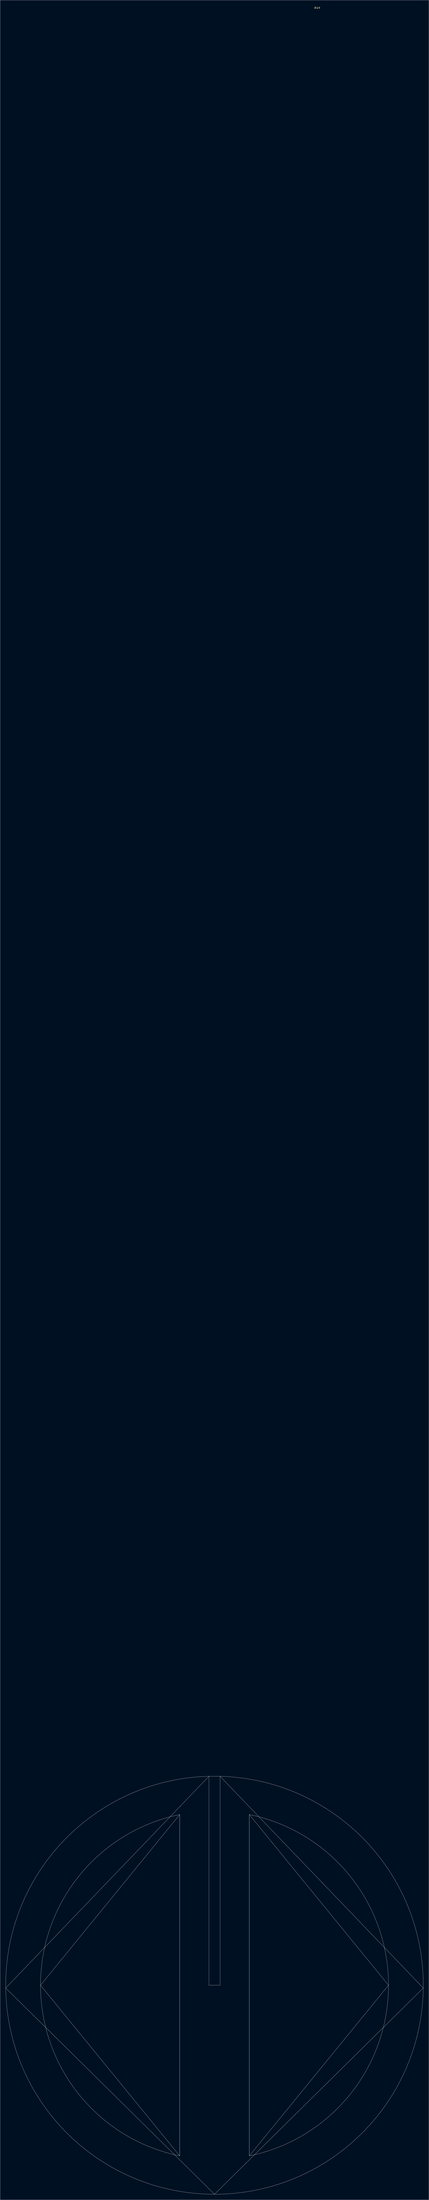
<source format=kicad_pcb>
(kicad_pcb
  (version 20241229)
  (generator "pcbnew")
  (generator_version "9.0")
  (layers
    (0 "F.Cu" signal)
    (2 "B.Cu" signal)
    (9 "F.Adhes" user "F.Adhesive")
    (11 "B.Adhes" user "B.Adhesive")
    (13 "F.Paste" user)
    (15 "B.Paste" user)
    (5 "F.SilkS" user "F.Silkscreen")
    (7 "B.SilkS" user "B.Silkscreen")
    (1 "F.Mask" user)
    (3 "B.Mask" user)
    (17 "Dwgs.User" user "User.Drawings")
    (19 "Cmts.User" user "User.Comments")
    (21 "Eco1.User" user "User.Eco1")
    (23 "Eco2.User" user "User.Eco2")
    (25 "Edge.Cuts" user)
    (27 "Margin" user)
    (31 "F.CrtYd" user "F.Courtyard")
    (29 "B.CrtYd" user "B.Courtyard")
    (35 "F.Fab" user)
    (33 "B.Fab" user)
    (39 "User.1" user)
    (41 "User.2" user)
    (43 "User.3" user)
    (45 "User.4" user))
  (footprint "aux"
    (layer "F.Cu")
    (at 169.214 1.006)
    (property "Reference" "aux" (at 0 0 0) (layer "F.SilkS") (effects (font (size 1.27 1.27) (thickness 0.15))))
    (attr through_hole)
    (fp_line (start -169.164 1072.98) (end -169.154 1074.43) (stroke (width 0.1) (type solid)) (layer "Edge.Cuts"))
    (fp_line (start -169.156 1071.53) (end -169.164 1072.98) (stroke (width 0.1) (type solid)) (layer "Edge.Cuts"))
    (fp_line (start -169.154 1074.43) (end -169.125 1075.88) (stroke (width 0.1) (type solid)) (layer "Edge.Cuts"))
    (fp_line (start -169.154 1074.43) (end -58.802 959.57) (stroke (width 0.1) (type solid)) (layer "Edge.Cuts"))
    (fp_line (start -169.13 1070.09) (end -169.156 1071.53) (stroke (width 0.1) (type solid)) (layer "Edge.Cuts"))
    (fp_line (start -169.125 1075.88) (end -169.079 1077.33) (stroke (width 0.1) (type solid)) (layer "Edge.Cuts"))
    (fp_line (start -169.086 1068.65) (end -169.13 1070.09) (stroke (width 0.1) (type solid)) (layer "Edge.Cuts"))
    (fp_line (start -169.079 1077.33) (end -169.014 1078.77) (stroke (width 0.1) (type solid)) (layer "Edge.Cuts"))
    (fp_line (start -169.024 1067.21) (end -169.086 1068.65) (stroke (width 0.1) (type solid)) (layer "Edge.Cuts"))
    (fp_line (start -169.014 1078.77) (end -168.932 1080.21) (stroke (width 0.1) (type solid)) (layer "Edge.Cuts"))
    (fp_line (start -168.944 1065.78) (end -169.024 1067.21) (stroke (width 0.1) (type solid)) (layer "Edge.Cuts"))
    (fp_line (start -168.932 1080.21) (end -168.832 1081.64) (stroke (width 0.1) (type solid)) (layer "Edge.Cuts"))
    (fp_line (start -168.847 1064.36) (end -168.944 1065.78) (stroke (width 0.1) (type solid)) (layer "Edge.Cuts"))
    (fp_line (start -168.832 1081.64) (end -168.714 1083.07) (stroke (width 0.1) (type solid)) (layer "Edge.Cuts"))
    (fp_line (start -168.732 1062.93) (end -168.847 1064.36) (stroke (width 0.1) (type solid)) (layer "Edge.Cuts"))
    (fp_line (start -168.714 1083.07) (end -168.579 1084.49) (stroke (width 0.1) (type solid)) (layer "Edge.Cuts"))
    (fp_line (start -168.6 1061.52) (end -168.732 1062.93) (stroke (width 0.1) (type solid)) (layer "Edge.Cuts"))
    (fp_line (start -168.579 1084.49) (end -168.426 1085.91) (stroke (width 0.1) (type solid)) (layer "Edge.Cuts"))
    (fp_line (start -168.45 1060.11) (end -168.6 1061.52) (stroke (width 0.1) (type solid)) (layer "Edge.Cuts"))
    (fp_line (start -168.426 1085.91) (end -168.256 1087.32) (stroke (width 0.1) (type solid)) (layer "Edge.Cuts"))
    (fp_line (start -168.283 1058.7) (end -168.45 1060.11) (stroke (width 0.1) (type solid)) (layer "Edge.Cuts"))
    (fp_line (start -168.256 1087.32) (end -168.068 1088.72) (stroke (width 0.1) (type solid)) (layer "Edge.Cuts"))
    (fp_line (start -168.099 1057.3) (end -168.283 1058.7) (stroke (width 0.1) (type solid)) (layer "Edge.Cuts"))
    (fp_line (start -168.068 1088.72) (end -167.864 1090.13) (stroke (width 0.1) (type solid)) (layer "Edge.Cuts"))
    (fp_line (start -167.898 1055.91) (end -168.099 1057.3) (stroke (width 0.1) (type solid)) (layer "Edge.Cuts"))
    (fp_line (start -167.864 1090.13) (end -167.643 1091.52) (stroke (width 0.1) (type solid)) (layer "Edge.Cuts"))
    (fp_line (start -167.68 1054.52) (end -167.898 1055.91) (stroke (width 0.1) (type solid)) (layer "Edge.Cuts"))
    (fp_line (start -167.643 1091.52) (end -167.404 1092.91) (stroke (width 0.1) (type solid)) (layer "Edge.Cuts"))
    (fp_line (start -167.445 1053.13) (end -167.68 1054.52) (stroke (width 0.1) (type solid)) (layer "Edge.Cuts"))
    (fp_line (start -167.404 1092.91) (end -167.149 1094.29) (stroke (width 0.1) (type solid)) (layer "Edge.Cuts"))
    (fp_line (start -167.193 1051.75) (end -167.445 1053.13) (stroke (width 0.1) (type solid)) (layer "Edge.Cuts"))
    (fp_line (start -167.149 1094.29) (end -166.877 1095.67) (stroke (width 0.1) (type solid)) (layer "Edge.Cuts"))
    (fp_line (start -166.925 1050.38) (end -167.193 1051.75) (stroke (width 0.1) (type solid)) (layer "Edge.Cuts"))
    (fp_line (start -166.877 1095.67) (end -166.589 1097.04) (stroke (width 0.1) (type solid)) (layer "Edge.Cuts"))
    (fp_line (start -166.64 1049.01) (end -166.925 1050.38) (stroke (width 0.1) (type solid)) (layer "Edge.Cuts"))
    (fp_line (start -166.589 1097.04) (end -166.284 1098.41) (stroke (width 0.1) (type solid)) (layer "Edge.Cuts"))
    (fp_line (start -166.339 1047.65) (end -166.64 1049.01) (stroke (width 0.1) (type solid)) (layer "Edge.Cuts"))
    (fp_line (start -166.284 1098.41) (end -165.963 1099.77) (stroke (width 0.1) (type solid)) (layer "Edge.Cuts"))
    (fp_line (start -166.021 1046.3) (end -166.339 1047.65) (stroke (width 0.1) (type solid)) (layer "Edge.Cuts"))
    (fp_line (start -165.963 1099.77) (end -165.626 1101.12) (stroke (width 0.1) (type solid)) (layer "Edge.Cuts"))
    (fp_line (start -165.688 1044.95) (end -166.021 1046.3) (stroke (width 0.1) (type solid)) (layer "Edge.Cuts"))
    (fp_line (start -165.626 1101.12) (end -165.272 1102.47) (stroke (width 0.1) (type solid)) (layer "Edge.Cuts"))
    (fp_line (start -165.338 1043.6) (end -165.688 1044.95) (stroke (width 0.1) (type solid)) (layer "Edge.Cuts"))
    (fp_line (start -165.272 1102.47) (end -164.903 1103.81) (stroke (width 0.1) (type solid)) (layer "Edge.Cuts"))
    (fp_line (start -164.973 1042.27) (end -165.338 1043.6) (stroke (width 0.1) (type solid)) (layer "Edge.Cuts"))
    (fp_line (start -164.903 1103.81) (end -164.518 1105.14) (stroke (width 0.1) (type solid)) (layer "Edge.Cuts"))
    (fp_line (start -164.591 1040.94) (end -164.973 1042.27) (stroke (width 0.1) (type solid)) (layer "Edge.Cuts"))
    (fp_line (start -164.518 1105.14) (end -164.116 1106.47) (stroke (width 0.1) (type solid)) (layer "Edge.Cuts"))
    (fp_line (start -164.194 1039.61) (end -164.591 1040.94) (stroke (width 0.1) (type solid)) (layer "Edge.Cuts"))
    (fp_line (start -164.116 1106.47) (end -163.7 1107.79) (stroke (width 0.1) (type solid)) (layer "Edge.Cuts"))
    (fp_line (start -163.781 1038.3) (end -164.194 1039.61) (stroke (width 0.1) (type solid)) (layer "Edge.Cuts"))
    (fp_line (start -163.7 1107.79) (end -163.267 1109.1) (stroke (width 0.1) (type solid)) (layer "Edge.Cuts"))
    (fp_line (start -163.352 1036.99) (end -163.781 1038.3) (stroke (width 0.1) (type solid)) (layer "Edge.Cuts"))
    (fp_line (start -163.267 1109.1) (end -162.819 1110.4) (stroke (width 0.1) (type solid)) (layer "Edge.Cuts"))
    (fp_line (start -162.908 1035.69) (end -163.352 1036.99) (stroke (width 0.1) (type solid)) (layer "Edge.Cuts"))
    (fp_line (start -162.819 1110.4) (end -162.356 1111.7) (stroke (width 0.1) (type solid)) (layer "Edge.Cuts"))
    (fp_line (start -162.449 1034.39) (end -162.908 1035.69) (stroke (width 0.1) (type solid)) (layer "Edge.Cuts"))
    (fp_line (start -162.356 1111.7) (end -161.877 1112.99) (stroke (width 0.1) (type solid)) (layer "Edge.Cuts"))
    (fp_line (start -161.975 1033.1) (end -162.449 1034.39) (stroke (width 0.1) (type solid)) (layer "Edge.Cuts"))
    (fp_line (start -161.877 1112.99) (end -161.384 1114.27) (stroke (width 0.1) (type solid)) (layer "Edge.Cuts"))
    (fp_line (start -161.485 1031.82) (end -161.975 1033.1) (stroke (width 0.1) (type solid)) (layer "Edge.Cuts"))
    (fp_line (start -161.384 1114.27) (end -160.875 1115.55) (stroke (width 0.1) (type solid)) (layer "Edge.Cuts"))
    (fp_line (start -160.98 1030.55) (end -161.485 1031.82) (stroke (width 0.1) (type solid)) (layer "Edge.Cuts"))
    (fp_line (start -160.875 1115.55) (end -160.352 1116.82) (stroke (width 0.1) (type solid)) (layer "Edge.Cuts"))
    (fp_line (start -160.461 1029.28) (end -160.98 1030.55) (stroke (width 0.1) (type solid)) (layer "Edge.Cuts"))
    (fp_line (start -160.352 1116.82) (end -159.813 1118.08) (stroke (width 0.1) (type solid)) (layer "Edge.Cuts"))
    (fp_line (start -159.927 1028.02) (end -160.461 1029.28) (stroke (width 0.1) (type solid)) (layer "Edge.Cuts"))
    (fp_line (start -159.813 1118.08) (end -159.26 1119.33) (stroke (width 0.1) (type solid)) (layer "Edge.Cuts"))
    (fp_line (start -159.378 1026.77) (end -159.927 1028.02) (stroke (width 0.1) (type solid)) (layer "Edge.Cuts"))
    (fp_line (start -159.26 1119.33) (end -158.692 1120.57) (stroke (width 0.1) (type solid)) (layer "Edge.Cuts"))
    (fp_line (start -158.814 1025.53) (end -159.378 1026.77) (stroke (width 0.1) (type solid)) (layer "Edge.Cuts"))
    (fp_line (start -158.692 1120.57) (end -158.11 1121.81) (stroke (width 0.1) (type solid)) (layer "Edge.Cuts"))
    (fp_line (start -158.236 1024.29) (end -158.814 1025.53) (stroke (width 0.1) (type solid)) (layer "Edge.Cuts"))
    (fp_line (start -158.11 1121.81) (end -157.514 1123.03) (stroke (width 0.1) (type solid)) (layer "Edge.Cuts"))
    (fp_line (start -157.643 1023.07) (end -158.236 1024.29) (stroke (width 0.1) (type solid)) (layer "Edge.Cuts"))
    (fp_line (start -157.514 1123.03) (end -156.903 1124.25) (stroke (width 0.1) (type solid)) (layer "Edge.Cuts"))
    (fp_line (start -157.037 1021.85) (end -157.643 1023.07) (stroke (width 0.1) (type solid)) (layer "Edge.Cuts"))
    (fp_line (start -156.903 1124.25) (end -156.278 1125.46) (stroke (width 0.1) (type solid)) (layer "Edge.Cuts"))
    (fp_line (start -156.416 1020.64) (end -157.037 1021.85) (stroke (width 0.1) (type solid)) (layer "Edge.Cuts"))
    (fp_line (start -156.278 1125.46) (end -155.639 1126.67) (stroke (width 0.1) (type solid)) (layer "Edge.Cuts"))
    (fp_line (start -155.781 1019.44) (end -156.416 1020.64) (stroke (width 0.1) (type solid)) (layer "Edge.Cuts"))
    (fp_line (start -155.639 1126.67) (end -154.986 1127.86) (stroke (width 0.1) (type solid)) (layer "Edge.Cuts"))
    (fp_line (start -155.132 1018.24) (end -155.781 1019.44) (stroke (width 0.1) (type solid)) (layer "Edge.Cuts"))
    (fp_line (start -154.986 1127.86) (end -154.319 1129.04) (stroke (width 0.1) (type solid)) (layer "Edge.Cuts"))
    (fp_line (start -154.469 1017.06) (end -155.132 1018.24) (stroke (width 0.1) (type solid)) (layer "Edge.Cuts"))
    (fp_line (start -154.319 1129.04) (end -153.639 1130.22) (stroke (width 0.1) (type solid)) (layer "Edge.Cuts"))
    (fp_line (start -153.793 1015.88) (end -154.469 1017.06) (stroke (width 0.1) (type solid)) (layer "Edge.Cuts"))
    (fp_line (start -153.639 1130.22) (end -152.944 1131.39) (stroke (width 0.1) (type solid)) (layer "Edge.Cuts"))
    (fp_line (start -153.103 1014.71) (end -153.793 1015.88) (stroke (width 0.1) (type solid)) (layer "Edge.Cuts"))
    (fp_line (start -152.944 1131.39) (end -152.237 1132.55) (stroke (width 0.1) (type solid)) (layer "Edge.Cuts"))
    (fp_line (start -152.399 1013.55) (end -153.103 1014.71) (stroke (width 0.1) (type solid)) (layer "Edge.Cuts"))
    (fp_line (start -152.237 1132.55) (end -151.516 1133.69) (stroke (width 0.1) (type solid)) (layer "Edge.Cuts"))
    (fp_line (start -151.682 1012.41) (end -152.399 1013.55) (stroke (width 0.1) (type solid)) (layer "Edge.Cuts"))
    (fp_line (start -151.516 1133.69) (end -150.782 1134.83) (stroke (width 0.1) (type solid)) (layer "Edge.Cuts"))
    (fp_line (start -150.951 1011.27) (end -151.682 1012.41) (stroke (width 0.1) (type solid)) (layer "Edge.Cuts"))
    (fp_line (start -150.782 1134.83) (end -150.034 1135.96) (stroke (width 0.1) (type solid)) (layer "Edge.Cuts"))
    (fp_line (start -150.266 1072.92) (end -150.243 1075.02) (stroke (width 0.1) (type solid)) (layer "Edge.Cuts"))
    (fp_line (start -150.266 1072.92) (end -74.676 980.34) (stroke (width 0.1) (type solid)) (layer "Edge.Cuts"))
    (fp_line (start -150.243 1070.82) (end -150.266 1072.92) (stroke (width 0.1) (type solid)) (layer "Edge.Cuts"))
    (fp_line (start -150.243 1075.02) (end -150.174 1077.11) (stroke (width 0.1) (type solid)) (layer "Edge.Cuts"))
    (fp_line (start -150.208 1010.13) (end -150.951 1011.27) (stroke (width 0.1) (type solid)) (layer "Edge.Cuts"))
    (fp_line (start -150.174 1068.73) (end -150.243 1070.82) (stroke (width 0.1) (type solid)) (layer "Edge.Cuts"))
    (fp_line (start -150.174 1077.11) (end -150.06 1079.19) (stroke (width 0.1) (type solid)) (layer "Edge.Cuts"))
    (fp_line (start -150.06 1066.65) (end -150.174 1068.73) (stroke (width 0.1) (type solid)) (layer "Edge.Cuts"))
    (fp_line (start -150.06 1079.19) (end -149.901 1081.26) (stroke (width 0.1) (type solid)) (layer "Edge.Cuts"))
    (fp_line (start -150.034 1135.96) (end -149.274 1137.08) (stroke (width 0.1) (type solid)) (layer "Edge.Cuts"))
    (fp_line (start -149.901 1064.58) (end -150.06 1066.65) (stroke (width 0.1) (type solid)) (layer "Edge.Cuts"))
    (fp_line (start -149.901 1081.26) (end -149.697 1083.31) (stroke (width 0.1) (type solid)) (layer "Edge.Cuts"))
    (fp_line (start -149.697 1062.52) (end -149.901 1064.58) (stroke (width 0.1) (type solid)) (layer "Edge.Cuts"))
    (fp_line (start -149.697 1083.31) (end -149.449 1085.36) (stroke (width 0.1) (type solid)) (layer "Edge.Cuts"))
    (fp_line (start -149.451 1009.01) (end -150.208 1010.13) (stroke (width 0.1) (type solid)) (layer "Edge.Cuts"))
    (fp_line (start -149.449 1060.47) (end -149.697 1062.52) (stroke (width 0.1) (type solid)) (layer "Edge.Cuts"))
    (fp_line (start -149.449 1085.36) (end -149.157 1087.4) (stroke (width 0.1) (type solid)) (layer "Edge.Cuts"))
    (fp_line (start -149.274 1137.08) (end -148.5 1138.19) (stroke (width 0.1) (type solid)) (layer "Edge.Cuts"))
    (fp_line (start -149.157 1087.4) (end -148.823 1089.42) (stroke (width 0.1) (type solid)) (layer "Edge.Cuts"))
    (fp_line (start -149.157 1058.44) (end -149.449 1060.47) (stroke (width 0.1) (type solid)) (layer "Edge.Cuts"))
    (fp_line (start -148.823 1056.42) (end -149.157 1058.44) (stroke (width 0.1) (type solid)) (layer "Edge.Cuts"))
    (fp_line (start -148.823 1089.42) (end -148.445 1091.43) (stroke (width 0.1) (type solid)) (layer "Edge.Cuts"))
    (fp_line (start -148.681 1007.9) (end -149.451 1009.01) (stroke (width 0.1) (type solid)) (layer "Edge.Cuts"))
    (fp_line (start -148.5 1138.19) (end -147.714 1139.29) (stroke (width 0.1) (type solid)) (layer "Edge.Cuts"))
    (fp_line (start -148.445 1091.43) (end -148.025 1093.42) (stroke (width 0.1) (type solid)) (layer "Edge.Cuts"))
    (fp_line (start -148.445 1054.41) (end -148.823 1056.42) (stroke (width 0.1) (type solid)) (layer "Edge.Cuts"))
    (fp_line (start -148.025 1052.41) (end -148.445 1054.41) (stroke (width 0.1) (type solid)) (layer "Edge.Cuts"))
    (fp_line (start -148.025 1093.42) (end -147.564 1095.4) (stroke (width 0.1) (type solid)) (layer "Edge.Cuts"))
    (fp_line (start -147.899 1006.8) (end -148.681 1007.9) (stroke (width 0.1) (type solid)) (layer "Edge.Cuts"))
    (fp_line (start -147.714 1139.29) (end -146.915 1140.39) (stroke (width 0.1) (type solid)) (layer "Edge.Cuts"))
    (fp_line (start -147.564 1050.43) (end -148.025 1052.41) (stroke (width 0.1) (type solid)) (layer "Edge.Cuts"))
    (fp_line (start -147.564 1095.4) (end -147.06 1097.36) (stroke (width 0.1) (type solid)) (layer "Edge.Cuts"))
    (fp_line (start -147.104 1005.71) (end -147.899 1006.8) (stroke (width 0.1) (type solid)) (layer "Edge.Cuts"))
    (fp_line (start -147.06 1048.47) (end -147.564 1050.43) (stroke (width 0.1) (type solid)) (layer "Edge.Cuts"))
    (fp_line (start -147.06 1097.36) (end -146.516 1099.31) (stroke (width 0.1) (type solid)) (layer "Edge.Cuts"))
    (fp_line (start -146.915 1140.39) (end -146.103 1141.47) (stroke (width 0.1) (type solid)) (layer "Edge.Cuts"))
    (fp_line (start -146.516 1046.52) (end -147.06 1048.47) (stroke (width 0.1) (type solid)) (layer "Edge.Cuts"))
    (fp_line (start -146.516 1099.31) (end -145.931 1101.25) (stroke (width 0.1) (type solid)) (layer "Edge.Cuts"))
    (fp_line (start -146.296 1004.62) (end -147.104 1005.71) (stroke (width 0.1) (type solid)) (layer "Edge.Cuts"))
    (fp_line (start -146.103 1141.47) (end -145.279 1142.54) (stroke (width 0.1) (type solid)) (layer "Edge.Cuts"))
    (fp_line (start -145.931 1044.59) (end -146.516 1046.52) (stroke (width 0.1) (type solid)) (layer "Edge.Cuts"))
    (fp_line (start -145.931 1101.25) (end -145.306 1103.16) (stroke (width 0.1) (type solid)) (layer "Edge.Cuts"))
    (fp_line (start -145.475 1003.55) (end -146.296 1004.62) (stroke (width 0.1) (type solid)) (layer "Edge.Cuts"))
    (fp_line (start -145.306 1042.67) (end -145.931 1044.59) (stroke (width 0.1) (type solid)) (layer "Edge.Cuts"))
    (fp_line (start -145.306 1103.16) (end -144.642 1105.06) (stroke (width 0.1) (type solid)) (layer "Edge.Cuts"))
    (fp_line (start -145.279 1142.54) (end -144.442 1143.6) (stroke (width 0.1) (type solid)) (layer "Edge.Cuts"))
    (fp_line (start -144.642 1002.49) (end -145.475 1003.55) (stroke (width 0.1) (type solid)) (layer "Edge.Cuts"))
    (fp_line (start -144.642 1040.77) (end -145.306 1042.67) (stroke (width 0.1) (type solid)) (layer "Edge.Cuts"))
    (fp_line (start -144.642 1105.06) (end -143.938 1106.94) (stroke (width 0.1) (type solid)) (layer "Edge.Cuts"))
    (fp_line (start -144.442 1143.6) (end -143.593 1144.65) (stroke (width 0.1) (type solid)) (layer "Edge.Cuts"))
    (fp_line (start -143.938 1038.89) (end -144.642 1040.77) (stroke (width 0.1) (type solid)) (layer "Edge.Cuts"))
    (fp_line (start -143.938 1106.94) (end -143.195 1108.81) (stroke (width 0.1) (type solid)) (layer "Edge.Cuts"))
    (fp_line (start -143.797 1001.43) (end -144.642 1002.49) (stroke (width 0.1) (type solid)) (layer "Edge.Cuts"))
    (fp_line (start -143.593 1144.65) (end -142.732 1145.69) (stroke (width 0.1) (type solid)) (layer "Edge.Cuts"))
    (fp_line (start -143.195 1108.81) (end -142.414 1110.65) (stroke (width 0.1) (type solid)) (layer "Edge.Cuts"))
    (fp_line (start -143.195 1037.03) (end -143.938 1038.89) (stroke (width 0.1) (type solid)) (layer "Edge.Cuts"))
    (fp_line (start -142.939 1000.39) (end -143.797 1001.43) (stroke (width 0.1) (type solid)) (layer "Edge.Cuts"))
    (fp_line (start -142.732 1145.69) (end -141.859 1146.72) (stroke (width 0.1) (type solid)) (layer "Edge.Cuts"))
    (fp_line (start -142.414 1035.18) (end -143.195 1037.03) (stroke (width 0.1) (type solid)) (layer "Edge.Cuts"))
    (fp_line (start -142.414 1110.65) (end -141.595 1112.48) (stroke (width 0.1) (type solid)) (layer "Edge.Cuts"))
    (fp_line (start -142.069 999.36) (end -142.939 1000.39) (stroke (width 0.1) (type solid)) (layer "Edge.Cuts"))
    (fp_line (start -141.859 1146.72) (end -140.974 1147.74) (stroke (width 0.1) (type solid)) (layer "Edge.Cuts"))
    (fp_line (start -141.595 1033.36) (end -142.414 1035.18) (stroke (width 0.1) (type solid)) (layer "Edge.Cuts"))
    (fp_line (start -141.595 1112.48) (end -140.739 1114.28) (stroke (width 0.1) (type solid)) (layer "Edge.Cuts"))
    (fp_line (start -141.187 998.34) (end -142.069 999.36) (stroke (width 0.1) (type solid)) (layer "Edge.Cuts"))
    (fp_line (start -140.974 1147.74) (end -140.077 1148.75) (stroke (width 0.1) (type solid)) (layer "Edge.Cuts"))
    (fp_line (start -140.739 1031.55) (end -141.595 1033.36) (stroke (width 0.1) (type solid)) (layer "Edge.Cuts"))
    (fp_line (start -140.739 1114.28) (end -139.845 1116.07) (stroke (width 0.1) (type solid)) (layer "Edge.Cuts"))
    (fp_line (start -140.293 997.33) (end -141.187 998.34) (stroke (width 0.1) (type solid)) (layer "Edge.Cuts"))
    (fp_line (start -140.077 1148.75) (end -139.168 1149.74) (stroke (width 0.1) (type solid)) (layer "Edge.Cuts"))
    (fp_line (start -139.845 1029.77) (end -140.739 1031.55) (stroke (width 0.1) (type solid)) (layer "Edge.Cuts"))
    (fp_line (start -139.845 1116.07) (end -138.915 1117.83) (stroke (width 0.1) (type solid)) (layer "Edge.Cuts"))
    (fp_line (start -139.388 996.33) (end -140.293 997.33) (stroke (width 0.1) (type solid)) (layer "Edge.Cuts"))
    (fp_line (start -139.168 1149.74) (end -138.248 1150.73) (stroke (width 0.1) (type solid)) (layer "Edge.Cuts"))
    (fp_line (start -138.915 1028) (end -139.845 1029.77) (stroke (width 0.1) (type solid)) (layer "Edge.Cuts"))
    (fp_line (start -138.915 1117.83) (end -137.949 1119.57) (stroke (width 0.1) (type solid)) (layer "Edge.Cuts"))
    (fp_line (start -138.47 995.34) (end -139.388 996.33) (stroke (width 0.1) (type solid)) (layer "Edge.Cuts"))
    (fp_line (start -138.248 1150.73) (end -137.316 1151.71) (stroke (width 0.1) (type solid)) (layer "Edge.Cuts"))
    (fp_line (start -137.949 1026.26) (end -138.915 1028) (stroke (width 0.1) (type solid)) (layer "Edge.Cuts"))
    (fp_line (start -137.949 1119.57) (end -136.947 1121.29) (stroke (width 0.1) (type solid)) (layer "Edge.Cuts"))
    (fp_line (start -137.542 994.36) (end -138.47 995.34) (stroke (width 0.1) (type solid)) (layer "Edge.Cuts"))
    (fp_line (start -137.316 1151.71) (end -136.372 1152.67) (stroke (width 0.1) (type solid)) (layer "Edge.Cuts"))
    (fp_line (start -136.947 1024.54) (end -137.949 1026.26) (stroke (width 0.1) (type solid)) (layer "Edge.Cuts"))
    (fp_line (start -136.947 1121.29) (end -135.909 1122.99) (stroke (width 0.1) (type solid)) (layer "Edge.Cuts"))
    (fp_line (start -136.601 993.39) (end -137.542 994.36) (stroke (width 0.1) (type solid)) (layer "Edge.Cuts"))
    (fp_line (start -136.372 1152.67) (end -135.418 1153.62) (stroke (width 0.1) (type solid)) (layer "Edge.Cuts"))
    (fp_line (start -135.909 1122.99) (end -134.837 1124.67) (stroke (width 0.1) (type solid)) (layer "Edge.Cuts"))
    (fp_line (start -135.909 1022.84) (end -136.947 1024.54) (stroke (width 0.1) (type solid)) (layer "Edge.Cuts"))
    (fp_line (start -135.649 992.44) (end -136.601 993.39) (stroke (width 0.1) (type solid)) (layer "Edge.Cuts"))
    (fp_line (start -135.418 1153.62) (end -134.452 1154.57) (stroke (width 0.1) (type solid)) (layer "Edge.Cuts"))
    (fp_line (start -134.837 1021.17) (end -135.909 1022.84) (stroke (width 0.1) (type solid)) (layer "Edge.Cuts"))
    (fp_line (start -134.837 1124.67) (end -133.73 1126.32) (stroke (width 0.1) (type solid)) (layer "Edge.Cuts"))
    (fp_line (start -134.686 991.49) (end -135.649 992.44) (stroke (width 0.1) (type solid)) (layer "Edge.Cuts"))
    (fp_line (start -134.452 1154.57) (end -133.475 1155.5) (stroke (width 0.1) (type solid)) (layer "Edge.Cuts"))
    (fp_line (start -133.73 1126.32) (end -132.59 1127.94) (stroke (width 0.1) (type solid)) (layer "Edge.Cuts"))
    (fp_line (start -133.73 1019.51) (end -134.837 1021.17) (stroke (width 0.1) (type solid)) (layer "Edge.Cuts"))
    (fp_line (start -133.712 990.56) (end -134.686 991.49) (stroke (width 0.1) (type solid)) (layer "Edge.Cuts"))
    (fp_line (start -133.475 1155.5) (end -132.487 1156.42) (stroke (width 0.1) (type solid)) (layer "Edge.Cuts"))
    (fp_line (start -132.726 989.64) (end -133.712 990.56) (stroke (width 0.1) (type solid)) (layer "Edge.Cuts"))
    (fp_line (start -132.59 1127.94) (end -131.416 1129.55) (stroke (width 0.1) (type solid)) (layer "Edge.Cuts"))
    (fp_line (start -132.59 1017.89) (end -133.73 1019.51) (stroke (width 0.1) (type solid)) (layer "Edge.Cuts"))
    (fp_line (start -132.487 1156.42) (end -131.488 1157.32) (stroke (width 0.1) (type solid)) (layer "Edge.Cuts"))
    (fp_line (start -131.73 988.73) (end -132.726 989.64) (stroke (width 0.1) (type solid)) (layer "Edge.Cuts"))
    (fp_line (start -131.488 1157.32) (end -130.478 1158.22) (stroke (width 0.1) (type solid)) (layer "Edge.Cuts"))
    (fp_line (start -131.416 1016.29) (end -132.59 1017.89) (stroke (width 0.1) (type solid)) (layer "Edge.Cuts"))
    (fp_line (start -131.416 1129.55) (end -130.208 1131.12) (stroke (width 0.1) (type solid)) (layer "Edge.Cuts"))
    (fp_line (start -130.723 987.83) (end -131.73 988.73) (stroke (width 0.1) (type solid)) (layer "Edge.Cuts"))
    (fp_line (start -130.478 1158.22) (end -129.458 1159.1) (stroke (width 0.1) (type solid)) (layer "Edge.Cuts"))
    (fp_line (start -130.208 1014.71) (end -131.416 1016.29) (stroke (width 0.1) (type solid)) (layer "Edge.Cuts"))
    (fp_line (start -130.208 1131.12) (end -128.968 1132.68) (stroke (width 0.1) (type solid)) (layer "Edge.Cuts"))
    (fp_line (start -129.705 986.94) (end -130.723 987.83) (stroke (width 0.1) (type solid)) (layer "Edge.Cuts"))
    (fp_line (start -129.458 1159.1) (end -128.427 1159.97) (stroke (width 0.1) (type solid)) (layer "Edge.Cuts"))
    (fp_line (start -128.968 1013.16) (end -130.208 1014.71) (stroke (width 0.1) (type solid)) (layer "Edge.Cuts"))
    (fp_line (start -128.968 1132.68) (end -127.696 1134.2) (stroke (width 0.1) (type solid)) (layer "Edge.Cuts"))
    (fp_line (start -128.676 986.07) (end -129.705 986.94) (stroke (width 0.1) (type solid)) (layer "Edge.Cuts"))
    (fp_line (start -128.427 1159.97) (end -127.386 1160.83) (stroke (width 0.1) (type solid)) (layer "Edge.Cuts"))
    (fp_line (start -127.696 1011.63) (end -128.968 1013.16) (stroke (width 0.1) (type solid)) (layer "Edge.Cuts"))
    (fp_line (start -127.696 1134.2) (end -126.392 1135.7) (stroke (width 0.1) (type solid)) (layer "Edge.Cuts"))
    (fp_line (start -127.637 985.2) (end -128.676 986.07) (stroke (width 0.1) (type solid)) (layer "Edge.Cuts"))
    (fp_line (start -127.386 1160.83) (end -126.334 1161.68) (stroke (width 0.1) (type solid)) (layer "Edge.Cuts"))
    (fp_line (start -126.587 984.35) (end -127.637 985.2) (stroke (width 0.1) (type solid)) (layer "Edge.Cuts"))
    (fp_line (start -126.392 1010.13) (end -127.696 1011.63) (stroke (width 0.1) (type solid)) (layer "Edge.Cuts"))
    (fp_line (start -126.392 1135.7) (end -125.057 1137.17) (stroke (width 0.1) (type solid)) (layer "Edge.Cuts"))
    (fp_line (start -126.334 1161.68) (end -125.272 1162.51) (stroke (width 0.1) (type solid)) (layer "Edge.Cuts"))
    (fp_line (start -125.527 983.51) (end -126.587 984.35) (stroke (width 0.1) (type solid)) (layer "Edge.Cuts"))
    (fp_line (start -125.272 1162.51) (end -124.201 1163.34) (stroke (width 0.1) (type solid)) (layer "Edge.Cuts"))
    (fp_line (start -125.057 1008.66) (end -126.392 1010.13) (stroke (width 0.1) (type solid)) (layer "Edge.Cuts"))
    (fp_line (start -125.057 1137.17) (end -123.691 1138.61) (stroke (width 0.1) (type solid)) (layer "Edge.Cuts"))
    (fp_line (start -124.457 982.69) (end -125.527 983.51) (stroke (width 0.1) (type solid)) (layer "Edge.Cuts"))
    (fp_line (start -124.201 1163.34) (end -123.118 1164.15) (stroke (width 0.1) (type solid)) (layer "Edge.Cuts"))
    (fp_line (start -123.691 1138.61) (end -122.294 1140.03) (stroke (width 0.1) (type solid)) (layer "Edge.Cuts"))
    (fp_line (start -123.691 1007.22) (end -125.057 1008.66) (stroke (width 0.1) (type solid)) (layer "Edge.Cuts"))
    (fp_line (start -123.377 981.87) (end -124.457 982.69) (stroke (width 0.1) (type solid)) (layer "Edge.Cuts"))
    (fp_line (start -123.118 1164.15) (end -122.027 1164.94) (stroke (width 0.1) (type solid)) (layer "Edge.Cuts"))
    (fp_line (start -122.294 1005.8) (end -123.691 1007.22) (stroke (width 0.1) (type solid)) (layer "Edge.Cuts"))
    (fp_line (start -122.294 1140.03) (end -120.868 1141.41) (stroke (width 0.1) (type solid)) (layer "Edge.Cuts"))
    (fp_line (start -122.287 981.07) (end -123.377 981.87) (stroke (width 0.1) (type solid)) (layer "Edge.Cuts"))
    (fp_line (start -122.027 1164.94) (end -120.925 1165.73) (stroke (width 0.1) (type solid)) (layer "Edge.Cuts"))
    (fp_line (start -121.186 980.28) (end -122.287 981.07) (stroke (width 0.1) (type solid)) (layer "Edge.Cuts"))
    (fp_line (start -120.925 1165.73) (end -119.814 1166.5) (stroke (width 0.1) (type solid)) (layer "Edge.Cuts"))
    (fp_line (start -120.868 1141.41) (end -119.411 1142.77) (stroke (width 0.1) (type solid)) (layer "Edge.Cuts"))
    (fp_line (start -120.868 1004.42) (end -122.294 1005.8) (stroke (width 0.1) (type solid)) (layer "Edge.Cuts"))
    (fp_line (start -120.076 979.51) (end -121.186 980.28) (stroke (width 0.1) (type solid)) (layer "Edge.Cuts"))
    (fp_line (start -119.814 1166.5) (end -118.693 1167.26) (stroke (width 0.1) (type solid)) (layer "Edge.Cuts"))
    (fp_line (start -119.411 1003.06) (end -120.868 1004.42) (stroke (width 0.1) (type solid)) (layer "Edge.Cuts"))
    (fp_line (start -119.411 1142.77) (end -117.926 1144.1) (stroke (width 0.1) (type solid)) (layer "Edge.Cuts"))
    (fp_line (start -118.956 978.75) (end -120.076 979.51) (stroke (width 0.1) (type solid)) (layer "Edge.Cuts"))
    (fp_line (start -118.693 1167.26) (end -117.562 1168) (stroke (width 0.1) (type solid)) (layer "Edge.Cuts"))
    (fp_line (start -117.926 1001.74) (end -119.411 1003.06) (stroke (width 0.1) (type solid)) (layer "Edge.Cuts"))
    (fp_line (start -117.926 1144.1) (end -116.412 1145.39) (stroke (width 0.1) (type solid)) (layer "Edge.Cuts"))
    (fp_line (start -117.827 978) (end -118.956 978.75) (stroke (width 0.1) (type solid)) (layer "Edge.Cuts"))
    (fp_line (start -117.562 1168) (end -116.423 1168.74) (stroke (width 0.1) (type solid)) (layer "Edge.Cuts"))
    (fp_line (start -116.688 977.26) (end -117.827 978) (stroke (width 0.1) (type solid)) (layer "Edge.Cuts"))
    (fp_line (start -116.423 1168.74) (end -115.274 1169.46) (stroke (width 0.1) (type solid)) (layer "Edge.Cuts"))
    (fp_line (start -116.412 1000.44) (end -117.926 1001.74) (stroke (width 0.1) (type solid)) (layer "Edge.Cuts"))
    (fp_line (start -116.412 1145.39) (end -114.87 1146.65) (stroke (width 0.1) (type solid)) (layer "Edge.Cuts"))
    (fp_line (start -115.54 976.54) (end -116.688 977.26) (stroke (width 0.1) (type solid)) (layer "Edge.Cuts"))
    (fp_line (start -115.274 1169.46) (end -114.116 1170.16) (stroke (width 0.1) (type solid)) (layer "Edge.Cuts"))
    (fp_line (start -114.87 1146.65) (end -113.299 1147.89) (stroke (width 0.1) (type solid)) (layer "Edge.Cuts"))
    (fp_line (start -114.869 999.18) (end -116.412 1000.44) (stroke (width 0.1) (type solid)) (layer "Edge.Cuts"))
    (fp_line (start -114.382 975.83) (end -115.54 976.54) (stroke (width 0.1) (type solid)) (layer "Edge.Cuts"))
    (fp_line (start -114.116 1170.16) (end -112.949 1170.85) (stroke (width 0.1) (type solid)) (layer "Edge.Cuts"))
    (fp_line (start -113.299 1147.89) (end -111.702 1149.09) (stroke (width 0.1) (type solid)) (layer "Edge.Cuts"))
    (fp_line (start -113.299 997.95) (end -114.869 999.18) (stroke (width 0.1) (type solid)) (layer "Edge.Cuts"))
    (fp_line (start -113.216 975.13) (end -114.382 975.83) (stroke (width 0.1) (type solid)) (layer "Edge.Cuts"))
    (fp_line (start -112.949 1170.85) (end -111.773 1171.53) (stroke (width 0.1) (type solid)) (layer "Edge.Cuts"))
    (fp_line (start -112.04 974.45) (end -113.216 975.13) (stroke (width 0.1) (type solid)) (layer "Edge.Cuts"))
    (fp_line (start -111.773 1171.53) (end -110.588 1172.2) (stroke (width 0.1) (type solid)) (layer "Edge.Cuts"))
    (fp_line (start -111.702 996.74) (end -113.299 997.95) (stroke (width 0.1) (type solid)) (layer "Edge.Cuts"))
    (fp_line (start -111.702 1149.09) (end -110.077 1150.25) (stroke (width 0.1) (type solid)) (layer "Edge.Cuts"))
    (fp_line (start -110.855 973.78) (end -112.04 974.45) (stroke (width 0.1) (type solid)) (layer "Edge.Cuts"))
    (fp_line (start -110.588 1172.2) (end -109.394 1172.85) (stroke (width 0.1) (type solid)) (layer "Edge.Cuts"))
    (fp_line (start -110.077 1150.25) (end -108.426 1151.39) (stroke (width 0.1) (type solid)) (layer "Edge.Cuts"))
    (fp_line (start -110.077 995.58) (end -111.702 996.74) (stroke (width 0.1) (type solid)) (layer "Edge.Cuts"))
    (fp_line (start -109.662 973.13) (end -110.855 973.78) (stroke (width 0.1) (type solid)) (layer "Edge.Cuts"))
    (fp_line (start -109.394 1172.85) (end -108.192 1173.48) (stroke (width 0.1) (type solid)) (layer "Edge.Cuts"))
    (fp_line (start -108.46 972.48) (end -109.662 973.13) (stroke (width 0.1) (type solid)) (layer "Edge.Cuts"))
    (fp_line (start -108.426 994.44) (end -110.077 995.58) (stroke (width 0.1) (type solid)) (layer "Edge.Cuts"))
    (fp_line (start -108.426 1151.39) (end -106.749 1152.49) (stroke (width 0.1) (type solid)) (layer "Edge.Cuts"))
    (fp_line (start -108.192 1173.48) (end -106.982 1174.11) (stroke (width 0.1) (type solid)) (layer "Edge.Cuts"))
    (fp_line (start -107.249 971.86) (end -108.46 972.48) (stroke (width 0.1) (type solid)) (layer "Edge.Cuts"))
    (fp_line (start -106.982 1174.11) (end -105.763 1174.72) (stroke (width 0.1) (type solid)) (layer "Edge.Cuts"))
    (fp_line (start -106.749 993.34) (end -108.426 994.44) (stroke (width 0.1) (type solid)) (layer "Edge.Cuts"))
    (fp_line (start -106.749 1152.49) (end -105.046 1153.56) (stroke (width 0.1) (type solid)) (layer "Edge.Cuts"))
    (fp_line (start -106.029 971.25) (end -107.249 971.86) (stroke (width 0.1) (type solid)) (layer "Edge.Cuts"))
    (fp_line (start -105.763 1174.72) (end -104.535 1175.31) (stroke (width 0.1) (type solid)) (layer "Edge.Cuts"))
    (fp_line (start -105.046 992.28) (end -106.749 993.34) (stroke (width 0.1) (type solid)) (layer "Edge.Cuts"))
    (fp_line (start -105.046 1153.56) (end -103.318 1154.59) (stroke (width 0.1) (type solid)) (layer "Edge.Cuts"))
    (fp_line (start -104.801 970.65) (end -106.029 971.25) (stroke (width 0.1) (type solid)) (layer "Edge.Cuts"))
    (fp_line (start -104.535 1175.31) (end -103.3 1175.89) (stroke (width 0.1) (type solid)) (layer "Edge.Cuts"))
    (fp_line (start -103.565 970.06) (end -104.801 970.65) (stroke (width 0.1) (type solid)) (layer "Edge.Cuts"))
    (fp_line (start -103.318 991.25) (end -105.046 992.28) (stroke (width 0.1) (type solid)) (layer "Edge.Cuts"))
    (fp_line (start -103.318 1154.59) (end -101.566 1155.58) (stroke (width 0.1) (type solid)) (layer "Edge.Cuts"))
    (fp_line (start -103.3 1175.89) (end -102.057 1176.46) (stroke (width 0.1) (type solid)) (layer "Edge.Cuts"))
    (fp_line (start -102.321 969.49) (end -103.565 970.06) (stroke (width 0.1) (type solid)) (layer "Edge.Cuts"))
    (fp_line (start -102.057 1176.46) (end -100.805 1177.01) (stroke (width 0.1) (type solid)) (layer "Edge.Cuts"))
    (fp_line (start -101.566 990.25) (end -103.318 991.25) (stroke (width 0.1) (type solid)) (layer "Edge.Cuts"))
    (fp_line (start -101.566 1155.58) (end -99.789 1156.54) (stroke (width 0.1) (type solid)) (layer "Edge.Cuts"))
    (fp_line (start -101.068 968.94) (end -102.321 969.49) (stroke (width 0.1) (type solid)) (layer "Edge.Cuts"))
    (fp_line (start -100.805 1177.01) (end -99.546 1177.54) (stroke (width 0.1) (type solid)) (layer "Edge.Cuts"))
    (fp_line (start -99.808 968.4) (end -101.068 968.94) (stroke (width 0.1) (type solid)) (layer "Edge.Cuts"))
    (fp_line (start -99.789 989.29) (end -101.566 990.25) (stroke (width 0.1) (type solid)) (layer "Edge.Cuts"))
    (fp_line (start -99.789 1156.54) (end -97.988 1157.46) (stroke (width 0.1) (type solid)) (layer "Edge.Cuts"))
    (fp_line (start -99.546 1177.54) (end -98.279 1178.07) (stroke (width 0.1) (type solid)) (layer "Edge.Cuts"))
    (fp_line (start -98.54 967.87) (end -99.808 968.4) (stroke (width 0.1) (type solid)) (layer "Edge.Cuts"))
    (fp_line (start -98.279 1178.07) (end -97.005 1178.57) (stroke (width 0.1) (type solid)) (layer "Edge.Cuts"))
    (fp_line (start -97.988 988.37) (end -99.789 989.29) (stroke (width 0.1) (type solid)) (layer "Edge.Cuts"))
    (fp_line (start -97.988 1157.46) (end -96.164 1158.35) (stroke (width 0.1) (type solid)) (layer "Edge.Cuts"))
    (fp_line (start -97.263 967.36) (end -98.54 967.87) (stroke (width 0.1) (type solid)) (layer "Edge.Cuts"))
    (fp_line (start -97.005 1178.57) (end -95.723 1179.06) (stroke (width 0.1) (type solid)) (layer "Edge.Cuts"))
    (fp_line (start -96.164 987.48) (end -97.988 988.37) (stroke (width 0.1) (type solid)) (layer "Edge.Cuts"))
    (fp_line (start -96.164 1158.35) (end -94.316 1159.2) (stroke (width 0.1) (type solid)) (layer "Edge.Cuts"))
    (fp_line (start -95.98 966.86) (end -97.263 967.36) (stroke (width 0.1) (type solid)) (layer "Edge.Cuts"))
    (fp_line (start -95.723 1179.06) (end -94.434 1179.54) (stroke (width 0.1) (type solid)) (layer "Edge.Cuts"))
    (fp_line (start -94.688 966.38) (end -95.98 966.86) (stroke (width 0.1) (type solid)) (layer "Edge.Cuts"))
    (fp_line (start -94.434 1179.54) (end -93.137 1180) (stroke (width 0.1) (type solid)) (layer "Edge.Cuts"))
    (fp_line (start -94.316 986.63) (end -96.164 987.48) (stroke (width 0.1) (type solid)) (layer "Edge.Cuts"))
    (fp_line (start -94.316 1159.2) (end -92.447 1160.01) (stroke (width 0.1) (type solid)) (layer "Edge.Cuts"))
    (fp_line (start -93.389 965.92) (end -94.688 966.38) (stroke (width 0.1) (type solid)) (layer "Edge.Cuts"))
    (fp_line (start -93.137 1180) (end -91.833 1180.45) (stroke (width 0.1) (type solid)) (layer "Edge.Cuts"))
    (fp_line (start -92.447 985.82) (end -94.316 986.63) (stroke (width 0.1) (type solid)) (layer "Edge.Cuts"))
    (fp_line (start -92.447 1160.01) (end -90.555 1160.78) (stroke (width 0.1) (type solid)) (layer "Edge.Cuts"))
    (fp_line (start -92.083 965.47) (end -93.389 965.92) (stroke (width 0.1) (type solid)) (layer "Edge.Cuts"))
    (fp_line (start -91.833 1180.45) (end -90.523 1180.88) (stroke (width 0.1) (type solid)) (layer "Edge.Cuts"))
    (fp_line (start -90.769 965.03) (end -92.083 965.47) (stroke (width 0.1) (type solid)) (layer "Edge.Cuts"))
    (fp_line (start -90.555 985.05) (end -92.447 985.82) (stroke (width 0.1) (type solid)) (layer "Edge.Cuts"))
    (fp_line (start -90.555 1160.78) (end -88.641 1161.51) (stroke (width 0.1) (type solid)) (layer "Edge.Cuts"))
    (fp_line (start -90.523 1180.88) (end -89.205 1181.29) (stroke (width 0.1) (type solid)) (layer "Edge.Cuts"))
    (fp_line (start -89.449 964.62) (end -90.769 965.03) (stroke (width 0.1) (type solid)) (layer "Edge.Cuts"))
    (fp_line (start -89.205 1181.29) (end -87.88 1181.69) (stroke (width 0.1) (type solid)) (layer "Edge.Cuts"))
    (fp_line (start -88.641 984.32) (end -90.555 985.05) (stroke (width 0.1) (type solid)) (layer "Edge.Cuts"))
    (fp_line (start -88.641 1161.51) (end -86.706 1162.21) (stroke (width 0.1) (type solid)) (layer "Edge.Cuts"))
    (fp_line (start -88.121 964.21) (end -89.449 964.62) (stroke (width 0.1) (type solid)) (layer "Edge.Cuts"))
    (fp_line (start -87.88 1181.69) (end -86.549 1182.08) (stroke (width 0.1) (type solid)) (layer "Edge.Cuts"))
    (fp_line (start -86.787 963.83) (end -88.121 964.21) (stroke (width 0.1) (type solid)) (layer "Edge.Cuts"))
    (fp_line (start -86.706 983.63) (end -88.641 984.32) (stroke (width 0.1) (type solid)) (layer "Edge.Cuts"))
    (fp_line (start -86.706 1162.21) (end -84.751 1162.86) (stroke (width 0.1) (type solid)) (layer "Edge.Cuts"))
    (fp_line (start -86.549 1182.08) (end -85.211 1182.44) (stroke (width 0.1) (type solid)) (layer "Edge.Cuts"))
    (fp_line (start -85.445 963.45) (end -86.787 963.83) (stroke (width 0.1) (type solid)) (layer "Edge.Cuts"))
    (fp_line (start -85.211 1182.44) (end -83.867 1182.79) (stroke (width 0.1) (type solid)) (layer "Edge.Cuts"))
    (fp_line (start -84.751 982.97) (end -86.706 983.63) (stroke (width 0.1) (type solid)) (layer "Edge.Cuts"))
    (fp_line (start -84.751 1162.86) (end -82.775 1163.47) (stroke (width 0.1) (type solid)) (layer "Edge.Cuts"))
    (fp_line (start -84.097 963.1) (end -85.445 963.45) (stroke (width 0.1) (type solid)) (layer "Edge.Cuts"))
    (fp_line (start -83.867 1182.79) (end -82.516 1183.13) (stroke (width 0.1) (type solid)) (layer "Edge.Cuts"))
    (fp_line (start -82.775 982.36) (end -84.751 982.97) (stroke (width 0.1) (type solid)) (layer "Edge.Cuts"))
    (fp_line (start -82.775 1163.47) (end -80.779 1164.04) (stroke (width 0.1) (type solid)) (layer "Edge.Cuts"))
    (fp_line (start -82.742 962.76) (end -84.097 963.1) (stroke (width 0.1) (type solid)) (layer "Edge.Cuts"))
    (fp_line (start -82.516 1183.13) (end -81.158 1183.45) (stroke (width 0.1) (type solid)) (layer "Edge.Cuts"))
    (fp_line (start -81.381 962.44) (end -82.742 962.76) (stroke (width 0.1) (type solid)) (layer "Edge.Cuts"))
    (fp_line (start -81.158 1183.45) (end -79.795 1183.75) (stroke (width 0.1) (type solid)) (layer "Edge.Cuts"))
    (fp_line (start -80.779 981.79) (end -82.775 982.36) (stroke (width 0.1) (type solid)) (layer "Edge.Cuts"))
    (fp_line (start -80.779 1164.04) (end -78.763 1164.57) (stroke (width 0.1) (type solid)) (layer "Edge.Cuts"))
    (fp_line (start -80.013 962.13) (end -81.381 962.44) (stroke (width 0.1) (type solid)) (layer "Edge.Cuts"))
    (fp_line (start -79.795 1183.75) (end -78.426 1184.04) (stroke (width 0.1) (type solid)) (layer "Edge.Cuts"))
    (fp_line (start -78.763 981.27) (end -80.779 981.79) (stroke (width 0.1) (type solid)) (layer "Edge.Cuts"))
    (fp_line (start -78.763 1164.57) (end -76.729 1165.05) (stroke (width 0.1) (type solid)) (layer "Edge.Cuts"))
    (fp_line (start -78.639 961.84) (end -80.013 962.13) (stroke (width 0.1) (type solid)) (layer "Edge.Cuts"))
    (fp_line (start -78.426 1184.04) (end -77.05 1184.31) (stroke (width 0.1) (type solid)) (layer "Edge.Cuts"))
    (fp_line (start -77.259 961.57) (end -78.639 961.84) (stroke (width 0.1) (type solid)) (layer "Edge.Cuts"))
    (fp_line (start -77.05 1184.31) (end -75.669 1184.56) (stroke (width 0.1) (type solid)) (layer "Edge.Cuts"))
    (fp_line (start -76.729 980.78) (end -78.763 981.27) (stroke (width 0.1) (type solid)) (layer "Edge.Cuts"))
    (fp_line (start -76.729 1165.05) (end -74.676 1165.5) (stroke (width 0.1) (type solid)) (layer "Edge.Cuts"))
    (fp_line (start -75.873 961.31) (end -77.259 961.57) (stroke (width 0.1) (type solid)) (layer "Edge.Cuts"))
    (fp_line (start -75.669 1184.56) (end -74.282 1184.8) (stroke (width 0.1) (type solid)) (layer "Edge.Cuts"))
    (fp_line (start -74.676 980.34) (end -76.729 980.78) (stroke (width 0.1) (type solid)) (layer "Edge.Cuts"))
    (fp_line (start -74.676 980.34) (end -74.676 1165.5) (stroke (width 0.1) (type solid)) (layer "Edge.Cuts"))
    (fp_line (start -74.676 1165.5) (end -150.266 1072.92) (stroke (width 0.1) (type solid)) (layer "Edge.Cuts"))
    (fp_line (start -74.676 1165.5) (end -74.676 980.34) (stroke (width 0.1) (type solid)) (layer "Edge.Cuts"))
    (fp_line (start -74.481 961.07) (end -75.873 961.31) (stroke (width 0.1) (type solid)) (layer "Edge.Cuts"))
    (fp_line (start -74.282 1184.8) (end -72.889 1185.02) (stroke (width 0.1) (type solid)) (layer "Edge.Cuts"))
    (fp_line (start -73.082 960.85) (end -74.481 961.07) (stroke (width 0.1) (type solid)) (layer "Edge.Cuts"))
    (fp_line (start -72.889 1185.02) (end -71.491 1185.22) (stroke (width 0.1) (type solid)) (layer "Edge.Cuts"))
    (fp_line (start -71.678 960.64) (end -73.082 960.85) (stroke (width 0.1) (type solid)) (layer "Edge.Cuts"))
    (fp_line (start -71.491 1185.22) (end -70.088 1185.41) (stroke (width 0.1) (type solid)) (layer "Edge.Cuts"))
    (fp_line (start -70.269 960.45) (end -71.678 960.64) (stroke (width 0.1) (type solid)) (layer "Edge.Cuts"))
    (fp_line (start -70.088 1185.41) (end -68.679 1185.58) (stroke (width 0.1) (type solid)) (layer "Edge.Cuts"))
    (fp_line (start -68.854 960.28) (end -70.269 960.45) (stroke (width 0.1) (type solid)) (layer "Edge.Cuts"))
    (fp_line (start -68.679 1185.58) (end -67.265 1185.73) (stroke (width 0.1) (type solid)) (layer "Edge.Cuts"))
    (fp_line (start -67.433 960.13) (end -68.854 960.28) (stroke (width 0.1) (type solid)) (layer "Edge.Cuts"))
    (fp_line (start -67.265 1185.73) (end -65.846 1185.86) (stroke (width 0.1) (type solid)) (layer "Edge.Cuts"))
    (fp_line (start -66.007 959.99) (end -67.433 960.13) (stroke (width 0.1) (type solid)) (layer "Edge.Cuts"))
    (fp_line (start -65.846 1185.86) (end -64.421 1185.98) (stroke (width 0.1) (type solid)) (layer "Edge.Cuts"))
    (fp_line (start -64.576 959.87) (end -66.007 959.99) (stroke (width 0.1) (type solid)) (layer "Edge.Cuts"))
    (fp_line (start -64.421 1185.98) (end -62.992 1186.08) (stroke (width 0.1) (type solid)) (layer "Edge.Cuts"))
    (fp_line (start -63.14 959.77) (end -64.576 959.87) (stroke (width 0.1) (type solid)) (layer "Edge.Cuts"))
    (fp_line (start -62.992 1186.08) (end -61.559 1186.16) (stroke (width 0.1) (type solid)) (layer "Edge.Cuts"))
    (fp_line (start -61.699 959.68) (end -63.14 959.77) (stroke (width 0.1) (type solid)) (layer "Edge.Cuts"))
    (fp_line (start -61.559 1186.16) (end -60.12 1186.22) (stroke (width 0.1) (type solid)) (layer "Edge.Cuts"))
    (fp_line (start -60.253 959.62) (end -61.699 959.68) (stroke (width 0.1) (type solid)) (layer "Edge.Cuts"))
    (fp_line (start -60.12 1186.22) (end -58.677 1186.27) (stroke (width 0.1) (type solid)) (layer "Edge.Cuts"))
    (fp_line (start -58.802 959.57) (end -60.253 959.62) (stroke (width 0.1) (type solid)) (layer "Edge.Cuts"))
    (fp_line (start -58.802 959.57) (end -58.802 1072.92) (stroke (width 0.1) (type solid)) (layer "Edge.Cuts"))
    (fp_line (start -58.802 1072.92) (end -52.755 1072.92) (stroke (width 0.1) (type solid)) (layer "Edge.Cuts"))
    (fp_line (start -58.677 1186.27) (end -57.23 1186.29) (stroke (width 0.1) (type solid)) (layer "Edge.Cuts"))
    (fp_line (start -57.23 1186.29) (end -55.778 1186.3) (stroke (width 0.1) (type solid)) (layer "Edge.Cuts"))
    (fp_line (start -55.778 1186.3) (end -169.154 1074.43) (stroke (width 0.1) (type solid)) (layer "Edge.Cuts"))
    (fp_line (start -55.778 1186.3) (end -54.326 1186.29) (stroke (width 0.1) (type solid)) (layer "Edge.Cuts"))
    (fp_line (start -54.326 1186.29) (end -52.879 1186.27) (stroke (width 0.1) (type solid)) (layer "Edge.Cuts"))
    (fp_line (start -52.879 1186.27) (end -51.436 1186.22) (stroke (width 0.1) (type solid)) (layer "Edge.Cuts"))
    (fp_line (start -52.755 959.57) (end -58.802 959.57) (stroke (width 0.1) (type solid)) (layer "Edge.Cuts"))
    (fp_line (start -52.755 959.57) (end 57.598 1074.43) (stroke (width 0.1) (type solid)) (layer "Edge.Cuts"))
    (fp_line (start -52.755 1072.92) (end -52.755 959.57) (stroke (width 0.1) (type solid)) (layer "Edge.Cuts"))
    (fp_line (start -51.436 1186.22) (end -49.998 1186.16) (stroke (width 0.1) (type solid)) (layer "Edge.Cuts"))
    (fp_line (start -51.304 959.62) (end -52.755 959.57) (stroke (width 0.1) (type solid)) (layer "Edge.Cuts"))
    (fp_line (start -49.998 1186.16) (end -48.564 1186.08) (stroke (width 0.1) (type solid)) (layer "Edge.Cuts"))
    (fp_line (start -49.857 959.68) (end -51.304 959.62) (stroke (width 0.1) (type solid)) (layer "Edge.Cuts"))
    (fp_line (start -48.564 1186.08) (end -47.135 1185.98) (stroke (width 0.1) (type solid)) (layer "Edge.Cuts"))
    (fp_line (start -48.416 959.77) (end -49.857 959.68) (stroke (width 0.1) (type solid)) (layer "Edge.Cuts"))
    (fp_line (start -47.135 1185.98) (end -45.711 1185.86) (stroke (width 0.1) (type solid)) (layer "Edge.Cuts"))
    (fp_line (start -46.98 959.87) (end -48.416 959.77) (stroke (width 0.1) (type solid)) (layer "Edge.Cuts"))
    (fp_line (start -45.711 1185.86) (end -44.291 1185.73) (stroke (width 0.1) (type solid)) (layer "Edge.Cuts"))
    (fp_line (start -45.549 959.99) (end -46.98 959.87) (stroke (width 0.1) (type solid)) (layer "Edge.Cuts"))
    (fp_line (start -44.291 1185.73) (end -42.877 1185.58) (stroke (width 0.1) (type solid)) (layer "Edge.Cuts"))
    (fp_line (start -44.123 960.13) (end -45.549 959.99) (stroke (width 0.1) (type solid)) (layer "Edge.Cuts"))
    (fp_line (start -42.877 1185.58) (end -41.469 1185.41) (stroke (width 0.1) (type solid)) (layer "Edge.Cuts"))
    (fp_line (start -42.702 960.28) (end -44.123 960.13) (stroke (width 0.1) (type solid)) (layer "Edge.Cuts"))
    (fp_line (start -41.469 1185.41) (end -40.065 1185.22) (stroke (width 0.1) (type solid)) (layer "Edge.Cuts"))
    (fp_line (start -41.287 960.45) (end -42.702 960.28) (stroke (width 0.1) (type solid)) (layer "Edge.Cuts"))
    (fp_line (start -40.065 1185.22) (end -38.667 1185.02) (stroke (width 0.1) (type solid)) (layer "Edge.Cuts"))
    (fp_line (start -39.878 960.64) (end -41.287 960.45) (stroke (width 0.1) (type solid)) (layer "Edge.Cuts"))
    (fp_line (start -38.667 1185.02) (end -37.274 1184.8) (stroke (width 0.1) (type solid)) (layer "Edge.Cuts"))
    (fp_line (start -38.474 960.85) (end -39.878 960.64) (stroke (width 0.1) (type solid)) (layer "Edge.Cuts"))
    (fp_line (start -37.274 1184.8) (end -35.887 1184.56) (stroke (width 0.1) (type solid)) (layer "Edge.Cuts"))
    (fp_line (start -37.076 961.07) (end -38.474 960.85) (stroke (width 0.1) (type solid)) (layer "Edge.Cuts"))
    (fp_line (start -36.88 980.34) (end -36.88 1165.5) (stroke (width 0.1) (type solid)) (layer "Edge.Cuts"))
    (fp_line (start -36.88 980.34) (end 38.71 1072.92) (stroke (width 0.1) (type solid)) (layer "Edge.Cuts"))
    (fp_line (start -36.88 1165.5) (end -36.88 980.34) (stroke (width 0.1) (type solid)) (layer "Edge.Cuts"))
    (fp_line (start -36.88 1165.5) (end -34.828 1165.05) (stroke (width 0.1) (type solid)) (layer "Edge.Cuts"))
    (fp_line (start -35.887 1184.56) (end -34.506 1184.31) (stroke (width 0.1) (type solid)) (layer "Edge.Cuts"))
    (fp_line (start -35.684 961.31) (end -37.076 961.07) (stroke (width 0.1) (type solid)) (layer "Edge.Cuts"))
    (fp_line (start -34.828 980.78) (end -36.88 980.34) (stroke (width 0.1) (type solid)) (layer "Edge.Cuts"))
    (fp_line (start -34.828 1165.05) (end -32.793 1164.57) (stroke (width 0.1) (type solid)) (layer "Edge.Cuts"))
    (fp_line (start -34.506 1184.31) (end -33.131 1184.04) (stroke (width 0.1) (type solid)) (layer "Edge.Cuts"))
    (fp_line (start -34.297 961.57) (end -35.684 961.31) (stroke (width 0.1) (type solid)) (layer "Edge.Cuts"))
    (fp_line (start -33.131 1184.04) (end -31.761 1183.75) (stroke (width 0.1) (type solid)) (layer "Edge.Cuts"))
    (fp_line (start -32.917 961.84) (end -34.297 961.57) (stroke (width 0.1) (type solid)) (layer "Edge.Cuts"))
    (fp_line (start -32.793 981.27) (end -34.828 980.78) (stroke (width 0.1) (type solid)) (layer "Edge.Cuts"))
    (fp_line (start -32.793 1164.57) (end -30.778 1164.04) (stroke (width 0.1) (type solid)) (layer "Edge.Cuts"))
    (fp_line (start -31.761 1183.75) (end -30.398 1183.45) (stroke (width 0.1) (type solid)) (layer "Edge.Cuts"))
    (fp_line (start -31.543 962.13) (end -32.917 961.84) (stroke (width 0.1) (type solid)) (layer "Edge.Cuts"))
    (fp_line (start -30.778 981.79) (end -32.793 981.27) (stroke (width 0.1) (type solid)) (layer "Edge.Cuts"))
    (fp_line (start -30.778 1164.04) (end -28.782 1163.47) (stroke (width 0.1) (type solid)) (layer "Edge.Cuts"))
    (fp_line (start -30.398 1183.45) (end -29.041 1183.13) (stroke (width 0.1) (type solid)) (layer "Edge.Cuts"))
    (fp_line (start -30.175 962.44) (end -31.543 962.13) (stroke (width 0.1) (type solid)) (layer "Edge.Cuts"))
    (fp_line (start -29.041 1183.13) (end -27.69 1182.79) (stroke (width 0.1) (type solid)) (layer "Edge.Cuts"))
    (fp_line (start -28.814 962.76) (end -30.175 962.44) (stroke (width 0.1) (type solid)) (layer "Edge.Cuts"))
    (fp_line (start -28.782 982.36) (end -30.778 981.79) (stroke (width 0.1) (type solid)) (layer "Edge.Cuts"))
    (fp_line (start -28.782 1163.47) (end -26.806 1162.86) (stroke (width 0.1) (type solid)) (layer "Edge.Cuts"))
    (fp_line (start -27.69 1182.79) (end -26.345 1182.44) (stroke (width 0.1) (type solid)) (layer "Edge.Cuts"))
    (fp_line (start -27.459 963.1) (end -28.814 962.76) (stroke (width 0.1) (type solid)) (layer "Edge.Cuts"))
    (fp_line (start -26.806 982.97) (end -28.782 982.36) (stroke (width 0.1) (type solid)) (layer "Edge.Cuts"))
    (fp_line (start -26.806 1162.86) (end -24.85 1162.21) (stroke (width 0.1) (type solid)) (layer "Edge.Cuts"))
    (fp_line (start -26.345 1182.44) (end -25.007 1182.08) (stroke (width 0.1) (type solid)) (layer "Edge.Cuts"))
    (fp_line (start -26.111 963.45) (end -27.459 963.1) (stroke (width 0.1) (type solid)) (layer "Edge.Cuts"))
    (fp_line (start -25.007 1182.08) (end -23.676 1181.69) (stroke (width 0.1) (type solid)) (layer "Edge.Cuts"))
    (fp_line (start -24.85 983.63) (end -26.806 982.97) (stroke (width 0.1) (type solid)) (layer "Edge.Cuts"))
    (fp_line (start -24.85 1162.21) (end -22.915 1161.51) (stroke (width 0.1) (type solid)) (layer "Edge.Cuts"))
    (fp_line (start -24.77 963.83) (end -26.111 963.45) (stroke (width 0.1) (type solid)) (layer "Edge.Cuts"))
    (fp_line (start -23.676 1181.69) (end -22.351 1181.29) (stroke (width 0.1) (type solid)) (layer "Edge.Cuts"))
    (fp_line (start -23.435 964.21) (end -24.77 963.83) (stroke (width 0.1) (type solid)) (layer "Edge.Cuts"))
    (fp_line (start -22.915 984.32) (end -24.85 983.63) (stroke (width 0.1) (type solid)) (layer "Edge.Cuts"))
    (fp_line (start -22.915 1161.51) (end -21.002 1160.78) (stroke (width 0.1) (type solid)) (layer "Edge.Cuts"))
    (fp_line (start -22.351 1181.29) (end -21.034 1180.88) (stroke (width 0.1) (type solid)) (layer "Edge.Cuts"))
    (fp_line (start -22.107 964.62) (end -23.435 964.21) (stroke (width 0.1) (type solid)) (layer "Edge.Cuts"))
    (fp_line (start -21.034 1180.88) (end -19.723 1180.45) (stroke (width 0.1) (type solid)) (layer "Edge.Cuts"))
    (fp_line (start -21.002 985.05) (end -22.915 984.32) (stroke (width 0.1) (type solid)) (layer "Edge.Cuts"))
    (fp_line (start -21.002 1160.78) (end -19.11 1160.01) (stroke (width 0.1) (type solid)) (layer "Edge.Cuts"))
    (fp_line (start -20.787 965.03) (end -22.107 964.62) (stroke (width 0.1) (type solid)) (layer "Edge.Cuts"))
    (fp_line (start -19.723 1180.45) (end -18.419 1180) (stroke (width 0.1) (type solid)) (layer "Edge.Cuts"))
    (fp_line (start -19.473 965.47) (end -20.787 965.03) (stroke (width 0.1) (type solid)) (layer "Edge.Cuts"))
    (fp_line (start -19.11 985.82) (end -21.002 985.05) (stroke (width 0.1) (type solid)) (layer "Edge.Cuts"))
    (fp_line (start -19.11 1160.01) (end -17.24 1159.2) (stroke (width 0.1) (type solid)) (layer "Edge.Cuts"))
    (fp_line (start -18.419 1180) (end -17.122 1179.54) (stroke (width 0.1) (type solid)) (layer "Edge.Cuts"))
    (fp_line (start -18.167 965.92) (end -19.473 965.47) (stroke (width 0.1) (type solid)) (layer "Edge.Cuts"))
    (fp_line (start -17.24 986.63) (end -19.11 985.82) (stroke (width 0.1) (type solid)) (layer "Edge.Cuts"))
    (fp_line (start -17.24 1159.2) (end -15.393 1158.35) (stroke (width 0.1) (type solid)) (layer "Edge.Cuts"))
    (fp_line (start -17.122 1179.54) (end -15.833 1179.06) (stroke (width 0.1) (type solid)) (layer "Edge.Cuts"))
    (fp_line (start -16.868 966.38) (end -18.167 965.92) (stroke (width 0.1) (type solid)) (layer "Edge.Cuts"))
    (fp_line (start -15.833 1179.06) (end -14.551 1178.57) (stroke (width 0.1) (type solid)) (layer "Edge.Cuts"))
    (fp_line (start -15.577 966.86) (end -16.868 966.38) (stroke (width 0.1) (type solid)) (layer "Edge.Cuts"))
    (fp_line (start -15.393 987.48) (end -17.24 986.63) (stroke (width 0.1) (type solid)) (layer "Edge.Cuts"))
    (fp_line (start -15.393 1158.35) (end -13.568 1157.46) (stroke (width 0.1) (type solid)) (layer "Edge.Cuts"))
    (fp_line (start -14.551 1178.57) (end -13.277 1178.07) (stroke (width 0.1) (type solid)) (layer "Edge.Cuts"))
    (fp_line (start -14.293 967.36) (end -15.577 966.86) (stroke (width 0.1) (type solid)) (layer "Edge.Cuts"))
    (fp_line (start -13.568 988.37) (end -15.393 987.48) (stroke (width 0.1) (type solid)) (layer "Edge.Cuts"))
    (fp_line (start -13.568 1157.46) (end -11.768 1156.54) (stroke (width 0.1) (type solid)) (layer "Edge.Cuts"))
    (fp_line (start -13.277 1178.07) (end -12.01 1177.54) (stroke (width 0.1) (type solid)) (layer "Edge.Cuts"))
    (fp_line (start -13.017 967.87) (end -14.293 967.36) (stroke (width 0.1) (type solid)) (layer "Edge.Cuts"))
    (fp_line (start -12.01 1177.54) (end -10.751 1177.01) (stroke (width 0.1) (type solid)) (layer "Edge.Cuts"))
    (fp_line (start -11.768 989.29) (end -13.568 988.37) (stroke (width 0.1) (type solid)) (layer "Edge.Cuts"))
    (fp_line (start -11.768 1156.54) (end -9.991 1155.58) (stroke (width 0.1) (type solid)) (layer "Edge.Cuts"))
    (fp_line (start -11.748 968.4) (end -13.017 967.87) (stroke (width 0.1) (type solid)) (layer "Edge.Cuts"))
    (fp_line (start -10.751 1177.01) (end -9.499 1176.46) (stroke (width 0.1) (type solid)) (layer "Edge.Cuts"))
    (fp_line (start -10.488 968.94) (end -11.748 968.4) (stroke (width 0.1) (type solid)) (layer "Edge.Cuts"))
    (fp_line (start -9.991 990.25) (end -11.768 989.29) (stroke (width 0.1) (type solid)) (layer "Edge.Cuts"))
    (fp_line (start -9.991 1155.58) (end -8.238 1154.59) (stroke (width 0.1) (type solid)) (layer "Edge.Cuts"))
    (fp_line (start -9.499 1176.46) (end -8.256 1175.89) (stroke (width 0.1) (type solid)) (layer "Edge.Cuts"))
    (fp_line (start -9.235 969.49) (end -10.488 968.94) (stroke (width 0.1) (type solid)) (layer "Edge.Cuts"))
    (fp_line (start -8.256 1175.89) (end -7.021 1175.31) (stroke (width 0.1) (type solid)) (layer "Edge.Cuts"))
    (fp_line (start -8.238 991.25) (end -9.991 990.25) (stroke (width 0.1) (type solid)) (layer "Edge.Cuts"))
    (fp_line (start -8.238 1154.59) (end -6.51 1153.56) (stroke (width 0.1) (type solid)) (layer "Edge.Cuts"))
    (fp_line (start -7.991 970.06) (end -9.235 969.49) (stroke (width 0.1) (type solid)) (layer "Edge.Cuts"))
    (fp_line (start -7.021 1175.31) (end -5.793 1174.72) (stroke (width 0.1) (type solid)) (layer "Edge.Cuts"))
    (fp_line (start -6.755 970.65) (end -7.991 970.06) (stroke (width 0.1) (type solid)) (layer "Edge.Cuts"))
    (fp_line (start -6.51 992.28) (end -8.238 991.25) (stroke (width 0.1) (type solid)) (layer "Edge.Cuts"))
    (fp_line (start -6.51 1153.56) (end -4.807 1152.49) (stroke (width 0.1) (type solid)) (layer "Edge.Cuts"))
    (fp_line (start -5.793 1174.72) (end -4.575 1174.11) (stroke (width 0.1) (type solid)) (layer "Edge.Cuts"))
    (fp_line (start -5.527 971.25) (end -6.755 970.65) (stroke (width 0.1) (type solid)) (layer "Edge.Cuts"))
    (fp_line (start -4.807 993.34) (end -6.51 992.28) (stroke (width 0.1) (type solid)) (layer "Edge.Cuts"))
    (fp_line (start -4.807 1152.49) (end -3.13 1151.39) (stroke (width 0.1) (type solid)) (layer "Edge.Cuts"))
    (fp_line (start -4.575 1174.11) (end -3.364 1173.48) (stroke (width 0.1) (type solid)) (layer "Edge.Cuts"))
    (fp_line (start -4.308 971.86) (end -5.527 971.25) (stroke (width 0.1) (type solid)) (layer "Edge.Cuts"))
    (fp_line (start -3.364 1173.48) (end -2.162 1172.85) (stroke (width 0.1) (type solid)) (layer "Edge.Cuts"))
    (fp_line (start -3.13 994.44) (end -4.807 993.34) (stroke (width 0.1) (type solid)) (layer "Edge.Cuts"))
    (fp_line (start -3.13 1151.39) (end -1.479 1150.25) (stroke (width 0.1) (type solid)) (layer "Edge.Cuts"))
    (fp_line (start -3.097 972.48) (end -4.308 971.86) (stroke (width 0.1) (type solid)) (layer "Edge.Cuts"))
    (fp_line (start -2.162 1172.85) (end -0.968 1172.2) (stroke (width 0.1) (type solid)) (layer "Edge.Cuts"))
    (fp_line (start -1.894 973.13) (end -3.097 972.48) (stroke (width 0.1) (type solid)) (layer "Edge.Cuts"))
    (fp_line (start -1.479 995.58) (end -3.13 994.44) (stroke (width 0.1) (type solid)) (layer "Edge.Cuts"))
    (fp_line (start -1.479 1150.25) (end 0.145 1149.09) (stroke (width 0.1) (type solid)) (layer "Edge.Cuts"))
    (fp_line (start -0.968 1172.2) (end 0.216 1171.53) (stroke (width 0.1) (type solid)) (layer "Edge.Cuts"))
    (fp_line (start -0.701 973.78) (end -1.894 973.13) (stroke (width 0.1) (type solid)) (layer "Edge.Cuts"))
    (fp_line (start 0.145 996.74) (end -1.479 995.58) (stroke (width 0.1) (type solid)) (layer "Edge.Cuts"))
    (fp_line (start 0.145 1149.09) (end 1.743 1147.89) (stroke (width 0.1) (type solid)) (layer "Edge.Cuts"))
    (fp_line (start 0.216 1171.53) (end 1.392 1170.85) (stroke (width 0.1) (type solid)) (layer "Edge.Cuts"))
    (fp_line (start 0.484 974.45) (end -0.701 973.78) (stroke (width 0.1) (type solid)) (layer "Edge.Cuts"))
    (fp_line (start 1.392 1170.85) (end 2.559 1170.16) (stroke (width 0.1) (type solid)) (layer "Edge.Cuts"))
    (fp_line (start 1.66 975.13) (end 0.484 974.45) (stroke (width 0.1) (type solid)) (layer "Edge.Cuts"))
    (fp_line (start 1.743 997.95) (end 0.145 996.74) (stroke (width 0.1) (type solid)) (layer "Edge.Cuts"))
    (fp_line (start 1.743 1147.89) (end 3.313 1146.65) (stroke (width 0.1) (type solid)) (layer "Edge.Cuts"))
    (fp_line (start 2.559 1170.16) (end 3.718 1169.46) (stroke (width 0.1) (type solid)) (layer "Edge.Cuts"))
    (fp_line (start 2.826 975.83) (end 1.66 975.13) (stroke (width 0.1) (type solid)) (layer "Edge.Cuts"))
    (fp_line (start 3.313 999.18) (end 1.743 997.95) (stroke (width 0.1) (type solid)) (layer "Edge.Cuts"))
    (fp_line (start 3.313 1146.65) (end 4.856 1145.39) (stroke (width 0.1) (type solid)) (layer "Edge.Cuts"))
    (fp_line (start 3.718 1169.46) (end 4.867 1168.74) (stroke (width 0.1) (type solid)) (layer "Edge.Cuts"))
    (fp_line (start 3.984 976.54) (end 2.826 975.83) (stroke (width 0.1) (type solid)) (layer "Edge.Cuts"))
    (fp_line (start 4.856 1000.44) (end 3.313 999.18) (stroke (width 0.1) (type solid)) (layer "Edge.Cuts"))
    (fp_line (start 4.856 1145.39) (end 6.37 1144.1) (stroke (width 0.1) (type solid)) (layer "Edge.Cuts"))
    (fp_line (start 4.867 1168.74) (end 6.006 1168) (stroke (width 0.1) (type solid)) (layer "Edge.Cuts"))
    (fp_line (start 5.132 977.26) (end 3.984 976.54) (stroke (width 0.1) (type solid)) (layer "Edge.Cuts"))
    (fp_line (start 6.006 1168) (end 7.136 1167.26) (stroke (width 0.1) (type solid)) (layer "Edge.Cuts"))
    (fp_line (start 6.271 978) (end 5.132 977.26) (stroke (width 0.1) (type solid)) (layer "Edge.Cuts"))
    (fp_line (start 6.37 1001.74) (end 4.856 1000.44) (stroke (width 0.1) (type solid)) (layer "Edge.Cuts"))
    (fp_line (start 6.37 1144.1) (end 7.855 1142.77) (stroke (width 0.1) (type solid)) (layer "Edge.Cuts"))
    (fp_line (start 7.136 1167.26) (end 8.257 1166.5) (stroke (width 0.1) (type solid)) (layer "Edge.Cuts"))
    (fp_line (start 7.4 978.75) (end 6.271 978) (stroke (width 0.1) (type solid)) (layer "Edge.Cuts"))
    (fp_line (start 7.855 1003.06) (end 6.37 1001.74) (stroke (width 0.1) (type solid)) (layer "Edge.Cuts"))
    (fp_line (start 7.855 1142.77) (end 9.311 1141.41) (stroke (width 0.1) (type solid)) (layer "Edge.Cuts"))
    (fp_line (start 8.257 1166.5) (end 9.369 1165.73) (stroke (width 0.1) (type solid)) (layer "Edge.Cuts"))
    (fp_line (start 8.52 979.51) (end 7.4 978.75) (stroke (width 0.1) (type solid)) (layer "Edge.Cuts"))
    (fp_line (start 9.311 1004.42) (end 7.855 1003.06) (stroke (width 0.1) (type solid)) (layer "Edge.Cuts"))
    (fp_line (start 9.311 1141.41) (end 10.738 1140.03) (stroke (width 0.1) (type solid)) (layer "Edge.Cuts"))
    (fp_line (start 9.369 1165.73) (end 10.47 1164.94) (stroke (width 0.1) (type solid)) (layer "Edge.Cuts"))
    (fp_line (start 9.63 980.28) (end 8.52 979.51) (stroke (width 0.1) (type solid)) (layer "Edge.Cuts"))
    (fp_line (start 10.47 1164.94) (end 11.562 1164.15) (stroke (width 0.1) (type solid)) (layer "Edge.Cuts"))
    (fp_line (start 10.73 981.07) (end 9.63 980.28) (stroke (width 0.1) (type solid)) (layer "Edge.Cuts"))
    (fp_line (start 10.738 1005.8) (end 9.311 1004.42) (stroke (width 0.1) (type solid)) (layer "Edge.Cuts"))
    (fp_line (start 10.738 1140.03) (end 12.135 1138.61) (stroke (width 0.1) (type solid)) (layer "Edge.Cuts"))
    (fp_line (start 11.562 1164.15) (end 12.644 1163.34) (stroke (width 0.1) (type solid)) (layer "Edge.Cuts"))
    (fp_line (start 11.821 981.87) (end 10.73 981.07) (stroke (width 0.1) (type solid)) (layer "Edge.Cuts"))
    (fp_line (start 12.135 1007.22) (end 10.738 1005.8) (stroke (width 0.1) (type solid)) (layer "Edge.Cuts"))
    (fp_line (start 12.135 1138.61) (end 13.501 1137.17) (stroke (width 0.1) (type solid)) (layer "Edge.Cuts"))
    (fp_line (start 12.644 1163.34) (end 13.716 1162.51) (stroke (width 0.1) (type solid)) (layer "Edge.Cuts"))
    (fp_line (start 12.901 982.69) (end 11.821 981.87) (stroke (width 0.1) (type solid)) (layer "Edge.Cuts"))
    (fp_line (start 13.501 1008.66) (end 12.135 1007.22) (stroke (width 0.1) (type solid)) (layer "Edge.Cuts"))
    (fp_line (start 13.501 1137.17) (end 14.836 1135.7) (stroke (width 0.1) (type solid)) (layer "Edge.Cuts"))
    (fp_line (start 13.716 1162.51) (end 14.778 1161.68) (stroke (width 0.1) (type solid)) (layer "Edge.Cuts"))
    (fp_line (start 13.971 983.51) (end 12.901 982.69) (stroke (width 0.1) (type solid)) (layer "Edge.Cuts"))
    (fp_line (start 14.778 1161.68) (end 15.83 1160.83) (stroke (width 0.1) (type solid)) (layer "Edge.Cuts"))
    (fp_line (start 14.836 1010.13) (end 13.501 1008.66) (stroke (width 0.1) (type solid)) (layer "Edge.Cuts"))
    (fp_line (start 14.836 1135.7) (end 16.14 1134.2) (stroke (width 0.1) (type solid)) (layer "Edge.Cuts"))
    (fp_line (start 15.031 984.35) (end 13.971 983.51) (stroke (width 0.1) (type solid)) (layer "Edge.Cuts"))
    (fp_line (start 15.83 1160.83) (end 16.871 1159.97) (stroke (width 0.1) (type solid)) (layer "Edge.Cuts"))
    (fp_line (start 16.081 985.2) (end 15.031 984.35) (stroke (width 0.1) (type solid)) (layer "Edge.Cuts"))
    (fp_line (start 16.14 1011.63) (end 14.836 1010.13) (stroke (width 0.1) (type solid)) (layer "Edge.Cuts"))
    (fp_line (start 16.14 1134.2) (end 17.412 1132.68) (stroke (width 0.1) (type solid)) (layer "Edge.Cuts"))
    (fp_line (start 16.871 1159.97) (end 17.902 1159.1) (stroke (width 0.1) (type solid)) (layer "Edge.Cuts"))
    (fp_line (start 17.12 986.07) (end 16.081 985.2) (stroke (width 0.1) (type solid)) (layer "Edge.Cuts"))
    (fp_line (start 17.412 1013.16) (end 16.14 1011.63) (stroke (width 0.1) (type solid)) (layer "Edge.Cuts"))
    (fp_line (start 17.412 1132.68) (end 18.652 1131.12) (stroke (width 0.1) (type solid)) (layer "Edge.Cuts"))
    (fp_line (start 17.902 1159.1) (end 18.922 1158.22) (stroke (width 0.1) (type solid)) (layer "Edge.Cuts"))
    (fp_line (start 18.149 986.94) (end 17.12 986.07) (stroke (width 0.1) (type solid)) (layer "Edge.Cuts"))
    (fp_line (start 18.652 1014.71) (end 17.412 1013.16) (stroke (width 0.1) (type solid)) (layer "Edge.Cuts"))
    (fp_line (start 18.652 1131.12) (end 19.859 1129.55) (stroke (width 0.1) (type solid)) (layer "Edge.Cuts"))
    (fp_line (start 18.922 1158.22) (end 19.932 1157.32) (stroke (width 0.1) (type solid)) (layer "Edge.Cuts"))
    (fp_line (start 19.167 987.83) (end 18.149 986.94) (stroke (width 0.1) (type solid)) (layer "Edge.Cuts"))
    (fp_line (start 19.859 1016.29) (end 18.652 1014.71) (stroke (width 0.1) (type solid)) (layer "Edge.Cuts"))
    (fp_line (start 19.859 1129.55) (end 21.034 1127.94) (stroke (width 0.1) (type solid)) (layer "Edge.Cuts"))
    (fp_line (start 19.932 1157.32) (end 20.93 1156.42) (stroke (width 0.1) (type solid)) (layer "Edge.Cuts"))
    (fp_line (start 20.174 988.73) (end 19.167 987.83) (stroke (width 0.1) (type solid)) (layer "Edge.Cuts"))
    (fp_line (start 20.93 1156.42) (end 21.919 1155.5) (stroke (width 0.1) (type solid)) (layer "Edge.Cuts"))
    (fp_line (start 21.034 1017.89) (end 19.859 1016.29) (stroke (width 0.1) (type solid)) (layer "Edge.Cuts"))
    (fp_line (start 21.034 1127.94) (end 22.174 1126.32) (stroke (width 0.1) (type solid)) (layer "Edge.Cuts"))
    (fp_line (start 21.17 989.64) (end 20.174 988.73) (stroke (width 0.1) (type solid)) (layer "Edge.Cuts"))
    (fp_line (start 21.919 1155.5) (end 22.895 1154.57) (stroke (width 0.1) (type solid)) (layer "Edge.Cuts"))
    (fp_line (start 22.156 990.56) (end 21.17 989.64) (stroke (width 0.1) (type solid)) (layer "Edge.Cuts"))
    (fp_line (start 22.174 1019.51) (end 21.034 1017.89) (stroke (width 0.1) (type solid)) (layer "Edge.Cuts"))
    (fp_line (start 22.174 1126.32) (end 23.281 1124.67) (stroke (width 0.1) (type solid)) (layer "Edge.Cuts"))
    (fp_line (start 22.895 1154.57) (end 23.861 1153.62) (stroke (width 0.1) (type solid)) (layer "Edge.Cuts"))
    (fp_line (start 23.13 991.49) (end 22.156 990.56) (stroke (width 0.1) (type solid)) (layer "Edge.Cuts"))
    (fp_line (start 23.281 1021.17) (end 22.174 1019.51) (stroke (width 0.1) (type solid)) (layer "Edge.Cuts"))
    (fp_line (start 23.281 1124.67) (end 24.353 1122.99) (stroke (width 0.1) (type solid)) (layer "Edge.Cuts"))
    (fp_line (start 23.861 1153.62) (end 24.816 1152.67) (stroke (width 0.1) (type solid)) (layer "Edge.Cuts"))
    (fp_line (start 24.093 992.44) (end 23.13 991.49) (stroke (width 0.1) (type solid)) (layer "Edge.Cuts"))
    (fp_line (start 24.353 1022.84) (end 23.281 1021.17) (stroke (width 0.1) (type solid)) (layer "Edge.Cuts"))
    (fp_line (start 24.353 1122.99) (end 25.39 1121.29) (stroke (width 0.1) (type solid)) (layer "Edge.Cuts"))
    (fp_line (start 24.816 1152.67) (end 25.759 1151.71) (stroke (width 0.1) (type solid)) (layer "Edge.Cuts"))
    (fp_line (start 25.045 993.39) (end 24.093 992.44) (stroke (width 0.1) (type solid)) (layer "Edge.Cuts"))
    (fp_line (start 25.39 1024.54) (end 24.353 1022.84) (stroke (width 0.1) (type solid)) (layer "Edge.Cuts"))
    (fp_line (start 25.39 1121.29) (end 26.392 1119.57) (stroke (width 0.1) (type solid)) (layer "Edge.Cuts"))
    (fp_line (start 25.759 1151.71) (end 26.691 1150.73) (stroke (width 0.1) (type solid)) (layer "Edge.Cuts"))
    (fp_line (start 25.985 994.36) (end 25.045 993.39) (stroke (width 0.1) (type solid)) (layer "Edge.Cuts"))
    (fp_line (start 26.392 1026.26) (end 25.39 1024.54) (stroke (width 0.1) (type solid)) (layer "Edge.Cuts"))
    (fp_line (start 26.392 1119.57) (end 27.359 1117.83) (stroke (width 0.1) (type solid)) (layer "Edge.Cuts"))
    (fp_line (start 26.691 1150.73) (end 27.612 1149.74) (stroke (width 0.1) (type solid)) (layer "Edge.Cuts"))
    (fp_line (start 26.914 995.34) (end 25.985 994.36) (stroke (width 0.1) (type solid)) (layer "Edge.Cuts"))
    (fp_line (start 27.359 1028) (end 26.392 1026.26) (stroke (width 0.1) (type solid)) (layer "Edge.Cuts"))
    (fp_line (start 27.359 1117.83) (end 28.289 1116.07) (stroke (width 0.1) (type solid)) (layer "Edge.Cuts"))
    (fp_line (start 27.612 1149.74) (end 28.521 1148.75) (stroke (width 0.1) (type solid)) (layer "Edge.Cuts"))
    (fp_line (start 27.832 996.33) (end 26.914 995.34) (stroke (width 0.1) (type solid)) (layer "Edge.Cuts"))
    (fp_line (start 28.289 1029.77) (end 27.359 1028) (stroke (width 0.1) (type solid)) (layer "Edge.Cuts"))
    (fp_line (start 28.289 1116.07) (end 29.183 1114.28) (stroke (width 0.1) (type solid)) (layer "Edge.Cuts"))
    (fp_line (start 28.521 1148.75) (end 29.418 1147.74) (stroke (width 0.1) (type solid)) (layer "Edge.Cuts"))
    (fp_line (start 28.737 997.33) (end 27.832 996.33) (stroke (width 0.1) (type solid)) (layer "Edge.Cuts"))
    (fp_line (start 29.182 1031.55) (end 28.289 1029.77) (stroke (width 0.1) (type solid)) (layer "Edge.Cuts"))
    (fp_line (start 29.183 1114.28) (end 30.039 1112.48) (stroke (width 0.1) (type solid)) (layer "Edge.Cuts"))
    (fp_line (start 29.418 1147.74) (end 30.303 1146.72) (stroke (width 0.1) (type solid)) (layer "Edge.Cuts"))
    (fp_line (start 29.631 998.34) (end 28.737 997.33) (stroke (width 0.1) (type solid)) (layer "Edge.Cuts"))
    (fp_line (start 30.039 1033.36) (end 29.182 1031.55) (stroke (width 0.1) (type solid)) (layer "Edge.Cuts"))
    (fp_line (start 30.039 1112.48) (end 30.858 1110.65) (stroke (width 0.1) (type solid)) (layer "Edge.Cuts"))
    (fp_line (start 30.303 1146.72) (end 31.176 1145.69) (stroke (width 0.1) (type solid)) (layer "Edge.Cuts"))
    (fp_line (start 30.513 999.36) (end 29.631 998.34) (stroke (width 0.1) (type solid)) (layer "Edge.Cuts"))
    (fp_line (start 30.858 1035.18) (end 30.039 1033.36) (stroke (width 0.1) (type solid)) (layer "Edge.Cuts"))
    (fp_line (start 30.858 1110.65) (end 31.639 1108.81) (stroke (width 0.1) (type solid)) (layer "Edge.Cuts"))
    (fp_line (start 31.176 1145.69) (end 32.037 1144.65) (stroke (width 0.1) (type solid)) (layer "Edge.Cuts"))
    (fp_line (start 31.383 1000.39) (end 30.513 999.36) (stroke (width 0.1) (type solid)) (layer "Edge.Cuts"))
    (fp_line (start 31.639 1037.03) (end 30.858 1035.18) (stroke (width 0.1) (type solid)) (layer "Edge.Cuts"))
    (fp_line (start 31.639 1108.81) (end 32.382 1106.94) (stroke (width 0.1) (type solid)) (layer "Edge.Cuts"))
    (fp_line (start 32.037 1144.65) (end 32.886 1143.6) (stroke (width 0.1) (type solid)) (layer "Edge.Cuts"))
    (fp_line (start 32.24 1001.43) (end 31.383 1000.39) (stroke (width 0.1) (type solid)) (layer "Edge.Cuts"))
    (fp_line (start 32.382 1038.89) (end 31.639 1037.03) (stroke (width 0.1) (type solid)) (layer "Edge.Cuts"))
    (fp_line (start 32.382 1106.94) (end 33.086 1105.06) (stroke (width 0.1) (type solid)) (layer "Edge.Cuts"))
    (fp_line (start 32.886 1143.6) (end 33.723 1142.54) (stroke (width 0.1) (type solid)) (layer "Edge.Cuts"))
    (fp_line (start 33.086 1040.77) (end 32.382 1038.89) (stroke (width 0.1) (type solid)) (layer "Edge.Cuts"))
    (fp_line (start 33.086 1105.06) (end 33.75 1103.16) (stroke (width 0.1) (type solid)) (layer "Edge.Cuts"))
    (fp_line (start 33.086 1002.49) (end 32.24 1001.43) (stroke (width 0.1) (type solid)) (layer "Edge.Cuts"))
    (fp_line (start 33.723 1142.54) (end 34.547 1141.47) (stroke (width 0.1) (type solid)) (layer "Edge.Cuts"))
    (fp_line (start 33.75 1042.67) (end 33.086 1040.77) (stroke (width 0.1) (type solid)) (layer "Edge.Cuts"))
    (fp_line (start 33.75 1103.16) (end 34.375 1101.25) (stroke (width 0.1) (type solid)) (layer "Edge.Cuts"))
    (fp_line (start 33.919 1003.55) (end 33.086 1002.49) (stroke (width 0.1) (type solid)) (layer "Edge.Cuts"))
    (fp_line (start 34.375 1044.59) (end 33.75 1042.67) (stroke (width 0.1) (type solid)) (layer "Edge.Cuts"))
    (fp_line (start 34.375 1101.25) (end 34.96 1099.31) (stroke (width 0.1) (type solid)) (layer "Edge.Cuts"))
    (fp_line (start 34.547 1141.47) (end 35.358 1140.39) (stroke (width 0.1) (type solid)) (layer "Edge.Cuts"))
    (fp_line (start 34.739 1004.62) (end 33.919 1003.55) (stroke (width 0.1) (type solid)) (layer "Edge.Cuts"))
    (fp_line (start 34.96 1046.52) (end 34.375 1044.59) (stroke (width 0.1) (type solid)) (layer "Edge.Cuts"))
    (fp_line (start 34.96 1099.31) (end 35.504 1097.36) (stroke (width 0.1) (type solid)) (layer "Edge.Cuts"))
    (fp_line (start 35.358 1140.39) (end 36.157 1139.29) (stroke (width 0.1) (type solid)) (layer "Edge.Cuts"))
    (fp_line (start 35.504 1048.47) (end 34.96 1046.52) (stroke (width 0.1) (type solid)) (layer "Edge.Cuts"))
    (fp_line (start 35.504 1097.36) (end 36.007 1095.4) (stroke (width 0.1) (type solid)) (layer "Edge.Cuts"))
    (fp_line (start 35.547 1005.71) (end 34.739 1004.62) (stroke (width 0.1) (type solid)) (layer "Edge.Cuts"))
    (fp_line (start 36.007 1050.43) (end 35.504 1048.47) (stroke (width 0.1) (type solid)) (layer "Edge.Cuts"))
    (fp_line (start 36.007 1095.4) (end 36.469 1093.42) (stroke (width 0.1) (type solid)) (layer "Edge.Cuts"))
    (fp_line (start 36.157 1139.29) (end 36.944 1138.19) (stroke (width 0.1) (type solid)) (layer "Edge.Cuts"))
    (fp_line (start 36.343 1006.8) (end 35.547 1005.71) (stroke (width 0.1) (type solid)) (layer "Edge.Cuts"))
    (fp_line (start 36.469 1052.41) (end 36.007 1050.43) (stroke (width 0.1) (type solid)) (layer "Edge.Cuts"))
    (fp_line (start 36.469 1093.42) (end 36.889 1091.43) (stroke (width 0.1) (type solid)) (layer "Edge.Cuts"))
    (fp_line (start 36.889 1054.41) (end 36.469 1052.41) (stroke (width 0.1) (type solid)) (layer "Edge.Cuts"))
    (fp_line (start 36.889 1091.43) (end 37.266 1089.42) (stroke (width 0.1) (type solid)) (layer "Edge.Cuts"))
    (fp_line (start 36.944 1138.19) (end 37.717 1137.08) (stroke (width 0.1) (type solid)) (layer "Edge.Cuts"))
    (fp_line (start 37.125 1007.9) (end 36.343 1006.8) (stroke (width 0.1) (type solid)) (layer "Edge.Cuts"))
    (fp_line (start 37.266 1056.42) (end 36.889 1054.41) (stroke (width 0.1) (type solid)) (layer "Edge.Cuts"))
    (fp_line (start 37.266 1089.42) (end 37.601 1087.4) (stroke (width 0.1) (type solid)) (layer "Edge.Cuts"))
    (fp_line (start 37.601 1058.44) (end 37.266 1056.42) (stroke (width 0.1) (type solid)) (layer "Edge.Cuts"))
    (fp_line (start 37.601 1087.4) (end 37.893 1085.36) (stroke (width 0.1) (type solid)) (layer "Edge.Cuts"))
    (fp_line (start 37.717 1137.08) (end 38.478 1135.96) (stroke (width 0.1) (type solid)) (layer "Edge.Cuts"))
    (fp_line (start 37.893 1060.47) (end 37.601 1058.44) (stroke (width 0.1) (type solid)) (layer "Edge.Cuts"))
    (fp_line (start 37.893 1085.36) (end 38.141 1083.31) (stroke (width 0.1) (type solid)) (layer "Edge.Cuts"))
    (fp_line (start 37.895 1009.01) (end 37.125 1007.9) (stroke (width 0.1) (type solid)) (layer "Edge.Cuts"))
    (fp_line (start 38.141 1062.52) (end 37.893 1060.47) (stroke (width 0.1) (type solid)) (layer "Edge.Cuts"))
    (fp_line (start 38.141 1083.31) (end 38.344 1081.26) (stroke (width 0.1) (type solid)) (layer "Edge.Cuts"))
    (fp_line (start 38.344 1064.58) (end 38.141 1062.52) (stroke (width 0.1) (type solid)) (layer "Edge.Cuts"))
    (fp_line (start 38.344 1081.26) (end 38.504 1079.19) (stroke (width 0.1) (type solid)) (layer "Edge.Cuts"))
    (fp_line (start 38.478 1135.96) (end 39.225 1134.83) (stroke (width 0.1) (type solid)) (layer "Edge.Cuts"))
    (fp_line (start 38.504 1066.65) (end 38.344 1064.58) (stroke (width 0.1) (type solid)) (layer "Edge.Cuts"))
    (fp_line (start 38.504 1079.19) (end 38.618 1077.11) (stroke (width 0.1) (type solid)) (layer "Edge.Cuts"))
    (fp_line (start 38.618 1068.73) (end 38.504 1066.65) (stroke (width 0.1) (type solid)) (layer "Edge.Cuts"))
    (fp_line (start 38.618 1077.11) (end 38.687 1075.02) (stroke (width 0.1) (type solid)) (layer "Edge.Cuts"))
    (fp_line (start 38.652 1010.13) (end 37.895 1009.01) (stroke (width 0.1) (type solid)) (layer "Edge.Cuts"))
    (fp_line (start 38.687 1070.82) (end 38.618 1068.73) (stroke (width 0.1) (type solid)) (layer "Edge.Cuts"))
    (fp_line (start 38.687 1075.02) (end 38.71 1072.92) (stroke (width 0.1) (type solid)) (layer "Edge.Cuts"))
    (fp_line (start 38.71 1072.92) (end -36.88 1165.5) (stroke (width 0.1) (type solid)) (layer "Edge.Cuts"))
    (fp_line (start 38.71 1072.92) (end 38.687 1070.82) (stroke (width 0.1) (type solid)) (layer "Edge.Cuts"))
    (fp_line (start 39.225 1134.83) (end 39.96 1133.69) (stroke (width 0.1) (type solid)) (layer "Edge.Cuts"))
    (fp_line (start 39.395 1011.27) (end 38.652 1010.13) (stroke (width 0.1) (type solid)) (layer "Edge.Cuts"))
    (fp_line (start 39.96 1133.69) (end 40.681 1132.55) (stroke (width 0.1) (type solid)) (layer "Edge.Cuts"))
    (fp_line (start 40.126 1012.41) (end 39.395 1011.27) (stroke (width 0.1) (type solid)) (layer "Edge.Cuts"))
    (fp_line (start 40.681 1132.55) (end 41.388 1131.39) (stroke (width 0.1) (type solid)) (layer "Edge.Cuts"))
    (fp_line (start 40.843 1013.55) (end 40.126 1012.41) (stroke (width 0.1) (type solid)) (layer "Edge.Cuts"))
    (fp_line (start 41.388 1131.39) (end 42.082 1130.22) (stroke (width 0.1) (type solid)) (layer "Edge.Cuts"))
    (fp_line (start 41.546 1014.71) (end 40.843 1013.55) (stroke (width 0.1) (type solid)) (layer "Edge.Cuts"))
    (fp_line (start 42.082 1130.22) (end 42.763 1129.04) (stroke (width 0.1) (type solid)) (layer "Edge.Cuts"))
    (fp_line (start 42.236 1015.88) (end 41.546 1014.71) (stroke (width 0.1) (type solid)) (layer "Edge.Cuts"))
    (fp_line (start 42.763 1129.04) (end 43.43 1127.86) (stroke (width 0.1) (type solid)) (layer "Edge.Cuts"))
    (fp_line (start 42.913 1017.06) (end 42.236 1015.88) (stroke (width 0.1) (type solid)) (layer "Edge.Cuts"))
    (fp_line (start 43.43 1127.86) (end 44.083 1126.67) (stroke (width 0.1) (type solid)) (layer "Edge.Cuts"))
    (fp_line (start 43.576 1018.24) (end 42.913 1017.06) (stroke (width 0.1) (type solid)) (layer "Edge.Cuts"))
    (fp_line (start 44.083 1126.67) (end 44.722 1125.46) (stroke (width 0.1) (type solid)) (layer "Edge.Cuts"))
    (fp_line (start 44.224 1019.44) (end 43.576 1018.24) (stroke (width 0.1) (type solid)) (layer "Edge.Cuts"))
    (fp_line (start 44.722 1125.46) (end 45.346 1124.25) (stroke (width 0.1) (type solid)) (layer "Edge.Cuts"))
    (fp_line (start 44.859 1020.64) (end 44.224 1019.44) (stroke (width 0.1) (type solid)) (layer "Edge.Cuts"))
    (fp_line (start 45.346 1124.25) (end 45.957 1123.03) (stroke (width 0.1) (type solid)) (layer "Edge.Cuts"))
    (fp_line (start 45.48 1021.85) (end 44.859 1020.64) (stroke (width 0.1) (type solid)) (layer "Edge.Cuts"))
    (fp_line (start 45.957 1123.03) (end 46.554 1121.81) (stroke (width 0.1) (type solid)) (layer "Edge.Cuts"))
    (fp_line (start 46.087 1023.07) (end 45.48 1021.85) (stroke (width 0.1) (type solid)) (layer "Edge.Cuts"))
    (fp_line (start 46.554 1121.81) (end 47.136 1120.57) (stroke (width 0.1) (type solid)) (layer "Edge.Cuts"))
    (fp_line (start 46.68 1024.29) (end 46.087 1023.07) (stroke (width 0.1) (type solid)) (layer "Edge.Cuts"))
    (fp_line (start 47.136 1120.57) (end 47.704 1119.33) (stroke (width 0.1) (type solid)) (layer "Edge.Cuts"))
    (fp_line (start 47.258 1025.53) (end 46.68 1024.29) (stroke (width 0.1) (type solid)) (layer "Edge.Cuts"))
    (fp_line (start 47.704 1119.33) (end 48.257 1118.08) (stroke (width 0.1) (type solid)) (layer "Edge.Cuts"))
    (fp_line (start 47.821 1026.77) (end 47.258 1025.53) (stroke (width 0.1) (type solid)) (layer "Edge.Cuts"))
    (fp_line (start 48.257 1118.08) (end 48.795 1116.82) (stroke (width 0.1) (type solid)) (layer "Edge.Cuts"))
    (fp_line (start 48.37 1028.02) (end 47.821 1026.77) (stroke (width 0.1) (type solid)) (layer "Edge.Cuts"))
    (fp_line (start 48.795 1116.82) (end 49.319 1115.55) (stroke (width 0.1) (type solid)) (layer "Edge.Cuts"))
    (fp_line (start 48.905 1029.28) (end 48.37 1028.02) (stroke (width 0.1) (type solid)) (layer "Edge.Cuts"))
    (fp_line (start 49.319 1115.55) (end 49.828 1114.27) (stroke (width 0.1) (type solid)) (layer "Edge.Cuts"))
    (fp_line (start 49.424 1030.55) (end 48.905 1029.28) (stroke (width 0.1) (type solid)) (layer "Edge.Cuts"))
    (fp_line (start 49.828 1114.27) (end 50.321 1112.99) (stroke (width 0.1) (type solid)) (layer "Edge.Cuts"))
    (fp_line (start 49.929 1031.82) (end 49.424 1030.55) (stroke (width 0.1) (type solid)) (layer "Edge.Cuts"))
    (fp_line (start 50.321 1112.99) (end 50.8 1111.7) (stroke (width 0.1) (type solid)) (layer "Edge.Cuts"))
    (fp_line (start 50.418 1033.1) (end 49.929 1031.82) (stroke (width 0.1) (type solid)) (layer "Edge.Cuts"))
    (fp_line (start 50.8 1111.7) (end 51.263 1110.4) (stroke (width 0.1) (type solid)) (layer "Edge.Cuts"))
    (fp_line (start 50.893 1034.39) (end 50.418 1033.1) (stroke (width 0.1) (type solid)) (layer "Edge.Cuts"))
    (fp_line (start 51.263 1110.4) (end 51.711 1109.1) (stroke (width 0.1) (type solid)) (layer "Edge.Cuts"))
    (fp_line (start 51.352 1035.69) (end 50.893 1034.39) (stroke (width 0.1) (type solid)) (layer "Edge.Cuts"))
    (fp_line (start 51.711 1109.1) (end 52.143 1107.79) (stroke (width 0.1) (type solid)) (layer "Edge.Cuts"))
    (fp_line (start 51.796 1036.99) (end 51.352 1035.69) (stroke (width 0.1) (type solid)) (layer "Edge.Cuts"))
    (fp_line (start 52.143 1107.79) (end 52.56 1106.47) (stroke (width 0.1) (type solid)) (layer "Edge.Cuts"))
    (fp_line (start 52.225 1038.3) (end 51.796 1036.99) (stroke (width 0.1) (type solid)) (layer "Edge.Cuts"))
    (fp_line (start 52.56 1106.47) (end 52.961 1105.14) (stroke (width 0.1) (type solid)) (layer "Edge.Cuts"))
    (fp_line (start 52.637 1039.61) (end 52.225 1038.3) (stroke (width 0.1) (type solid)) (layer "Edge.Cuts"))
    (fp_line (start 52.961 1105.14) (end 53.347 1103.81) (stroke (width 0.1) (type solid)) (layer "Edge.Cuts"))
    (fp_line (start 53.035 1040.94) (end 52.637 1039.61) (stroke (width 0.1) (type solid)) (layer "Edge.Cuts"))
    (fp_line (start 53.347 1103.81) (end 53.716 1102.47) (stroke (width 0.1) (type solid)) (layer "Edge.Cuts"))
    (fp_line (start 53.416 1042.27) (end 53.035 1040.94) (stroke (width 0.1) (type solid)) (layer "Edge.Cuts"))
    (fp_line (start 53.716 1102.47) (end 54.07 1101.12) (stroke (width 0.1) (type solid)) (layer "Edge.Cuts"))
    (fp_line (start 53.782 1043.6) (end 53.416 1042.27) (stroke (width 0.1) (type solid)) (layer "Edge.Cuts"))
    (fp_line (start 54.07 1101.12) (end 54.407 1099.77) (stroke (width 0.1) (type solid)) (layer "Edge.Cuts"))
    (fp_line (start 54.132 1044.95) (end 53.782 1043.6) (stroke (width 0.1) (type solid)) (layer "Edge.Cuts"))
    (fp_line (start 54.407 1099.77) (end 54.728 1098.41) (stroke (width 0.1) (type solid)) (layer "Edge.Cuts"))
    (fp_line (start 54.465 1046.3) (end 54.132 1044.95) (stroke (width 0.1) (type solid)) (layer "Edge.Cuts"))
    (fp_line (start 54.728 1098.41) (end 55.033 1097.04) (stroke (width 0.1) (type solid)) (layer "Edge.Cuts"))
    (fp_line (start 54.783 1047.65) (end 54.465 1046.3) (stroke (width 0.1) (type solid)) (layer "Edge.Cuts"))
    (fp_line (start 55.033 1097.04) (end 55.321 1095.67) (stroke (width 0.1) (type solid)) (layer "Edge.Cuts"))
    (fp_line (start 55.084 1049.01) (end 54.783 1047.65) (stroke (width 0.1) (type solid)) (layer "Edge.Cuts"))
    (fp_line (start 55.321 1095.67) (end 55.593 1094.29) (stroke (width 0.1) (type solid)) (layer "Edge.Cuts"))
    (fp_line (start 55.369 1050.38) (end 55.084 1049.01) (stroke (width 0.1) (type solid)) (layer "Edge.Cuts"))
    (fp_line (start 55.593 1094.29) (end 55.848 1092.91) (stroke (width 0.1) (type solid)) (layer "Edge.Cuts"))
    (fp_line (start 55.637 1051.75) (end 55.369 1050.38) (stroke (width 0.1) (type solid)) (layer "Edge.Cuts"))
    (fp_line (start 55.848 1092.91) (end 56.086 1091.52) (stroke (width 0.1) (type solid)) (layer "Edge.Cuts"))
    (fp_line (start 55.888 1053.13) (end 55.637 1051.75) (stroke (width 0.1) (type solid)) (layer "Edge.Cuts"))
    (fp_line (start 56.086 1091.52) (end 56.308 1090.13) (stroke (width 0.1) (type solid)) (layer "Edge.Cuts"))
    (fp_line (start 56.123 1054.52) (end 55.888 1053.13) (stroke (width 0.1) (type solid)) (layer "Edge.Cuts"))
    (fp_line (start 56.308 1090.13) (end 56.512 1088.72) (stroke (width 0.1) (type solid)) (layer "Edge.Cuts"))
    (fp_line (start 56.341 1055.91) (end 56.123 1054.52) (stroke (width 0.1) (type solid)) (layer "Edge.Cuts"))
    (fp_line (start 56.512 1088.72) (end 56.699 1087.32) (stroke (width 0.1) (type solid)) (layer "Edge.Cuts"))
    (fp_line (start 56.543 1057.3) (end 56.341 1055.91) (stroke (width 0.1) (type solid)) (layer "Edge.Cuts"))
    (fp_line (start 56.699 1087.32) (end 56.87 1085.91) (stroke (width 0.1) (type solid)) (layer "Edge.Cuts"))
    (fp_line (start 56.727 1058.7) (end 56.543 1057.3) (stroke (width 0.1) (type solid)) (layer "Edge.Cuts"))
    (fp_line (start 56.87 1085.91) (end 57.022 1084.49) (stroke (width 0.1) (type solid)) (layer "Edge.Cuts"))
    (fp_line (start 56.894 1060.11) (end 56.727 1058.7) (stroke (width 0.1) (type solid)) (layer "Edge.Cuts"))
    (fp_line (start 57.022 1084.49) (end 57.158 1083.07) (stroke (width 0.1) (type solid)) (layer "Edge.Cuts"))
    (fp_line (start 57.043 1061.52) (end 56.894 1060.11) (stroke (width 0.1) (type solid)) (layer "Edge.Cuts"))
    (fp_line (start 57.158 1083.07) (end 57.275 1081.64) (stroke (width 0.1) (type solid)) (layer "Edge.Cuts"))
    (fp_line (start 57.176 1062.93) (end 57.043 1061.52) (stroke (width 0.1) (type solid)) (layer "Edge.Cuts"))
    (fp_line (start 57.275 1081.64) (end 57.376 1080.21) (stroke (width 0.1) (type solid)) (layer "Edge.Cuts"))
    (fp_line (start 57.291 1064.36) (end 57.176 1062.93) (stroke (width 0.1) (type solid)) (layer "Edge.Cuts"))
    (fp_line (start 57.376 1080.21) (end 57.458 1078.77) (stroke (width 0.1) (type solid)) (layer "Edge.Cuts"))
    (fp_line (start 57.388 1065.78) (end 57.291 1064.36) (stroke (width 0.1) (type solid)) (layer "Edge.Cuts"))
    (fp_line (start 57.458 1078.77) (end 57.523 1077.33) (stroke (width 0.1) (type solid)) (layer "Edge.Cuts"))
    (fp_line (start 57.468 1067.21) (end 57.388 1065.78) (stroke (width 0.1) (type solid)) (layer "Edge.Cuts"))
    (fp_line (start 57.523 1077.33) (end 57.569 1075.88) (stroke (width 0.1) (type solid)) (layer "Edge.Cuts"))
    (fp_line (start 57.53 1068.65) (end 57.468 1067.21) (stroke (width 0.1) (type solid)) (layer "Edge.Cuts"))
    (fp_line (start 57.569 1075.88) (end 57.598 1074.43) (stroke (width 0.1) (type solid)) (layer "Edge.Cuts"))
    (fp_line (start 57.574 1070.09) (end 57.53 1068.65) (stroke (width 0.1) (type solid)) (layer "Edge.Cuts"))
    (fp_line (start 57.598 1074.43) (end -55.778 1186.3) (stroke (width 0.1) (type solid)) (layer "Edge.Cuts"))
    (fp_line (start 57.598 1074.43) (end 57.608 1072.98) (stroke (width 0.1) (type solid)) (layer "Edge.Cuts"))
    (fp_line (start 57.6 1071.53) (end 57.574 1070.09) (stroke (width 0.1) (type solid)) (layer "Edge.Cuts"))
    (fp_line (start 57.608 1072.98) (end 57.6 1071.53) (stroke (width 0.1) (type solid)) (layer "Edge.Cuts")))
  (gr_rect
    (start -3 -3)
    (end 229.872 1190.356)
    (stroke (width 0.1) (type default))
    (fill no)
    (layer "Edge.Cuts")))
</source>
